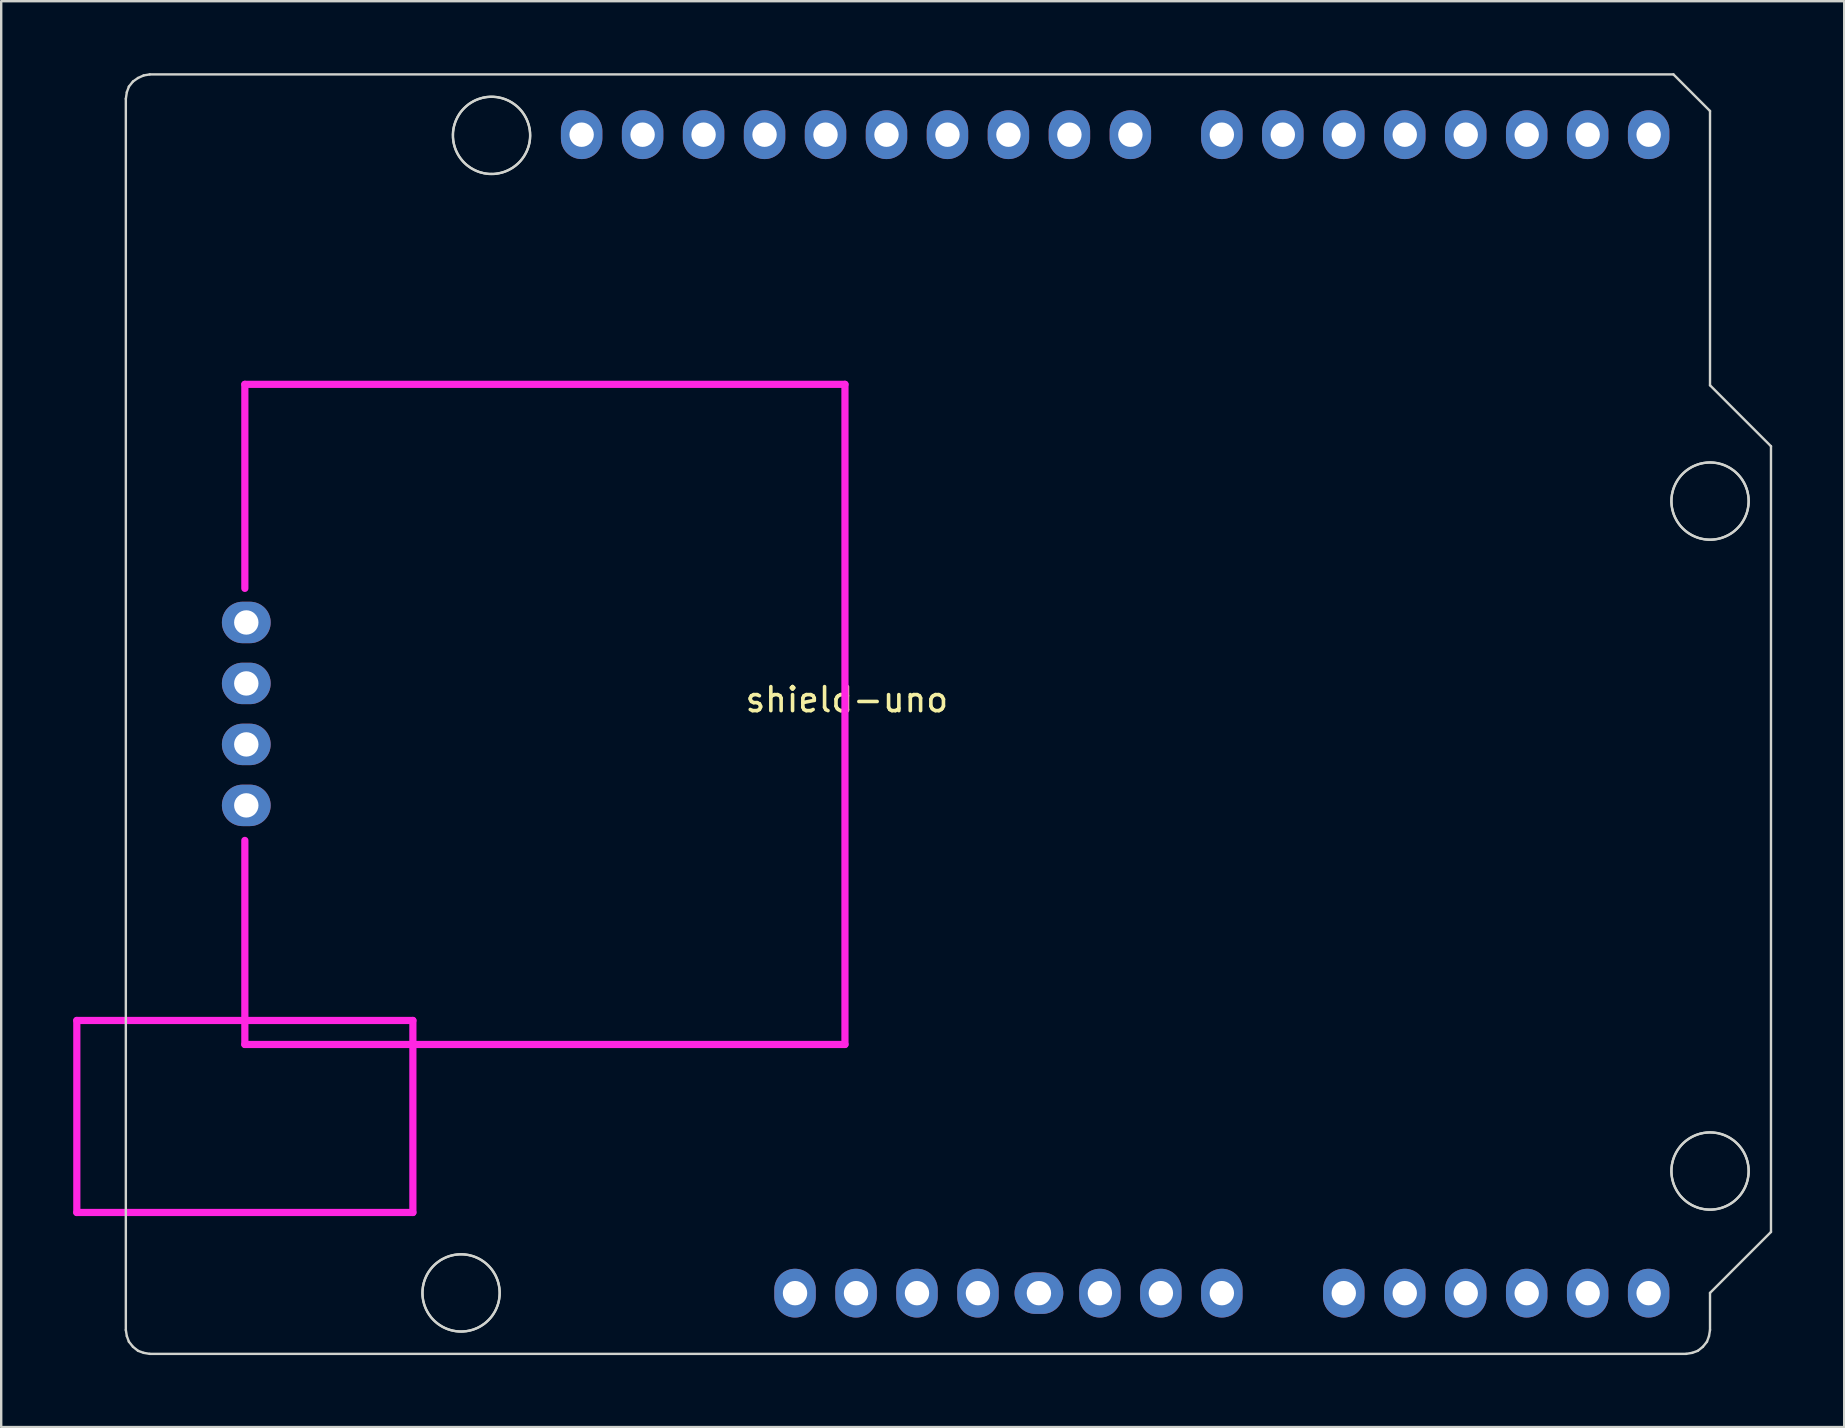
<source format=kicad_pcb>
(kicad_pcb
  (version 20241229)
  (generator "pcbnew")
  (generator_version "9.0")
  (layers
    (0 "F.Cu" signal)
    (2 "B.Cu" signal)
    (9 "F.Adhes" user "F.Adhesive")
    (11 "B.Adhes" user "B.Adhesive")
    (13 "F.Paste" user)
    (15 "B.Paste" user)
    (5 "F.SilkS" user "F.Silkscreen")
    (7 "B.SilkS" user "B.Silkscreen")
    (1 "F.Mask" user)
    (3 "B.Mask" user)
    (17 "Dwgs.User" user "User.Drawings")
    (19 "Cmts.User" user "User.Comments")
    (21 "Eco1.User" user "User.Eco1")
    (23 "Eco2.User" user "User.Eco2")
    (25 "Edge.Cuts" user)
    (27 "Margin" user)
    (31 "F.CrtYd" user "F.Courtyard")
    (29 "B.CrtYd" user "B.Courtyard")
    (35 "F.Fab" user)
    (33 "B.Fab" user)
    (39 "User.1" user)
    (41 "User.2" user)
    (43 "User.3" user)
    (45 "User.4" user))
  (footprint "shield-uno"
    (layer "F.Cu")
    (at 35.15 27.961)
    (property "Reference" "shield-uno" (at -2.921 -1.862 0) (layer "F.SilkS") (effects (font (size 1 1) (thickness 0.15))))
    (attr through_hole)
    (fp_line (start -32.958 -26.895) (end -32.916 -27.17) (stroke (width 0.1) (type solid)) (layer "Edge.Cuts"))
    (fp_line (start -32.958 24.395) (end -32.958 -26.895) (stroke (width 0.1) (type solid)) (layer "Edge.Cuts"))
    (fp_line (start -32.916 -27.17) (end -32.831 -27.403) (stroke (width 0.1) (type solid)) (layer "Edge.Cuts"))
    (fp_line (start -32.916 24.649) (end -32.958 24.395) (stroke (width 0.1) (type solid)) (layer "Edge.Cuts"))
    (fp_line (start -32.831 -27.403) (end -32.662 -27.614) (stroke (width 0.1) (type solid)) (layer "Edge.Cuts"))
    (fp_line (start -32.831 24.881) (end -32.916 24.649) (stroke (width 0.1) (type solid)) (layer "Edge.Cuts"))
    (fp_line (start -32.662 -27.614) (end -32.45 -27.763) (stroke (width 0.1) (type solid)) (layer "Edge.Cuts"))
    (fp_line (start -32.662 25.093) (end -32.831 24.881) (stroke (width 0.1) (type solid)) (layer "Edge.Cuts"))
    (fp_line (start -32.45 -27.763) (end -32.217 -27.868) (stroke (width 0.1) (type solid)) (layer "Edge.Cuts"))
    (fp_line (start -32.45 25.262) (end -32.662 25.093) (stroke (width 0.1) (type solid)) (layer "Edge.Cuts"))
    (fp_line (start -32.217 -27.868) (end -31.964 -27.911) (stroke (width 0.1) (type solid)) (layer "Edge.Cuts"))
    (fp_line (start -32.217 25.347) (end -32.45 25.262) (stroke (width 0.1) (type solid)) (layer "Edge.Cuts"))
    (fp_line (start -31.964 -27.911) (end 31.514 -27.911) (stroke (width 0.1) (type solid)) (layer "Edge.Cuts"))
    (fp_line (start -31.964 25.389) (end -32.217 25.347) (stroke (width 0.1) (type solid)) (layer "Edge.Cuts"))
    (fp_line (start -20.601 22.869) (end -20.599 22.924) (stroke (width 0.1) (type solid)) (layer "Edge.Cuts"))
    (fp_line (start -20.601 22.813) (end -20.601 22.869) (stroke (width 0.1) (type solid)) (layer "Edge.Cuts"))
    (fp_line (start -20.599 22.924) (end -20.596 22.98) (stroke (width 0.1) (type solid)) (layer "Edge.Cuts"))
    (fp_line (start -20.598 22.757) (end -20.601 22.813) (stroke (width 0.1) (type solid)) (layer "Edge.Cuts"))
    (fp_line (start -20.596 22.98) (end -20.59 23.036) (stroke (width 0.1) (type solid)) (layer "Edge.Cuts"))
    (fp_line (start -20.594 22.702) (end -20.598 22.757) (stroke (width 0.1) (type solid)) (layer "Edge.Cuts"))
    (fp_line (start -20.59 23.036) (end -20.583 23.091) (stroke (width 0.1) (type solid)) (layer "Edge.Cuts"))
    (fp_line (start -20.588 22.646) (end -20.594 22.702) (stroke (width 0.1) (type solid)) (layer "Edge.Cuts"))
    (fp_line (start -20.583 23.091) (end -20.574 23.146) (stroke (width 0.1) (type solid)) (layer "Edge.Cuts"))
    (fp_line (start -20.58 22.591) (end -20.588 22.646) (stroke (width 0.1) (type solid)) (layer "Edge.Cuts"))
    (fp_line (start -20.574 23.146) (end -20.563 23.2) (stroke (width 0.1) (type solid)) (layer "Edge.Cuts"))
    (fp_line (start -20.57 22.536) (end -20.58 22.591) (stroke (width 0.1) (type solid)) (layer "Edge.Cuts"))
    (fp_line (start -20.563 23.2) (end -20.549 23.254) (stroke (width 0.1) (type solid)) (layer "Edge.Cuts"))
    (fp_line (start -20.558 22.482) (end -20.57 22.536) (stroke (width 0.1) (type solid)) (layer "Edge.Cuts"))
    (fp_line (start -20.549 23.254) (end -20.535 23.308) (stroke (width 0.1) (type solid)) (layer "Edge.Cuts"))
    (fp_line (start -20.545 22.428) (end -20.558 22.482) (stroke (width 0.1) (type solid)) (layer "Edge.Cuts"))
    (fp_line (start -20.535 23.308) (end -20.518 23.361) (stroke (width 0.1) (type solid)) (layer "Edge.Cuts"))
    (fp_line (start -20.529 22.375) (end -20.545 22.428) (stroke (width 0.1) (type solid)) (layer "Edge.Cuts"))
    (fp_line (start -20.518 23.361) (end -20.499 23.414) (stroke (width 0.1) (type solid)) (layer "Edge.Cuts"))
    (fp_line (start -20.512 22.322) (end -20.529 22.375) (stroke (width 0.1) (type solid)) (layer "Edge.Cuts"))
    (fp_line (start -20.499 23.414) (end -20.479 23.466) (stroke (width 0.1) (type solid)) (layer "Edge.Cuts"))
    (fp_line (start -20.493 22.269) (end -20.512 22.322) (stroke (width 0.1) (type solid)) (layer "Edge.Cuts"))
    (fp_line (start -20.479 23.466) (end -20.456 23.517) (stroke (width 0.1) (type solid)) (layer "Edge.Cuts"))
    (fp_line (start -20.471 22.218) (end -20.493 22.269) (stroke (width 0.1) (type solid)) (layer "Edge.Cuts"))
    (fp_line (start -20.456 23.517) (end -20.433 23.567) (stroke (width 0.1) (type solid)) (layer "Edge.Cuts"))
    (fp_line (start -20.449 22.167) (end -20.471 22.218) (stroke (width 0.1) (type solid)) (layer "Edge.Cuts"))
    (fp_line (start -20.433 23.567) (end -20.407 23.616) (stroke (width 0.1) (type solid)) (layer "Edge.Cuts"))
    (fp_line (start -20.424 22.117) (end -20.449 22.167) (stroke (width 0.1) (type solid)) (layer "Edge.Cuts"))
    (fp_line (start -20.407 23.616) (end -20.379 23.665) (stroke (width 0.1) (type solid)) (layer "Edge.Cuts"))
    (fp_line (start -20.398 22.068) (end -20.424 22.117) (stroke (width 0.1) (type solid)) (layer "Edge.Cuts"))
    (fp_line (start -20.379 23.665) (end -20.35 23.712) (stroke (width 0.1) (type solid)) (layer "Edge.Cuts"))
    (fp_line (start -20.37 22.019) (end -20.398 22.068) (stroke (width 0.1) (type solid)) (layer "Edge.Cuts"))
    (fp_line (start -20.35 23.712) (end -20.32 23.759) (stroke (width 0.1) (type solid)) (layer "Edge.Cuts"))
    (fp_line (start -20.34 21.972) (end -20.37 22.019) (stroke (width 0.1) (type solid)) (layer "Edge.Cuts"))
    (fp_line (start -20.32 23.759) (end -20.287 23.804) (stroke (width 0.1) (type solid)) (layer "Edge.Cuts"))
    (fp_line (start -20.309 21.926) (end -20.34 21.972) (stroke (width 0.1) (type solid)) (layer "Edge.Cuts"))
    (fp_line (start -20.287 23.804) (end -20.254 23.849) (stroke (width 0.1) (type solid)) (layer "Edge.Cuts"))
    (fp_line (start -20.276 21.881) (end -20.309 21.926) (stroke (width 0.1) (type solid)) (layer "Edge.Cuts"))
    (fp_line (start -20.254 23.849) (end -20.218 23.892) (stroke (width 0.1) (type solid)) (layer "Edge.Cuts"))
    (fp_line (start -20.242 21.837) (end -20.276 21.881) (stroke (width 0.1) (type solid)) (layer "Edge.Cuts"))
    (fp_line (start -20.218 23.892) (end -20.181 23.934) (stroke (width 0.1) (type solid)) (layer "Edge.Cuts"))
    (fp_line (start -20.206 21.795) (end -20.242 21.837) (stroke (width 0.1) (type solid)) (layer "Edge.Cuts"))
    (fp_line (start -20.181 23.934) (end -20.143 23.974) (stroke (width 0.1) (type solid)) (layer "Edge.Cuts"))
    (fp_line (start -20.169 21.753) (end -20.206 21.795) (stroke (width 0.1) (type solid)) (layer "Edge.Cuts"))
    (fp_line (start -20.143 23.974) (end -20.104 24.013) (stroke (width 0.1) (type solid)) (layer "Edge.Cuts"))
    (fp_line (start -20.13 21.713) (end -20.169 21.753) (stroke (width 0.1) (type solid)) (layer "Edge.Cuts"))
    (fp_line (start -20.104 24.013) (end -20.063 24.051) (stroke (width 0.1) (type solid)) (layer "Edge.Cuts"))
    (fp_line (start -20.09 21.674) (end -20.13 21.713) (stroke (width 0.1) (type solid)) (layer "Edge.Cuts"))
    (fp_line (start -20.063 24.051) (end -20.02 24.087) (stroke (width 0.1) (type solid)) (layer "Edge.Cuts"))
    (fp_line (start -20.049 21.637) (end -20.09 21.674) (stroke (width 0.1) (type solid)) (layer "Edge.Cuts"))
    (fp_line (start -20.02 24.087) (end -19.977 24.122) (stroke (width 0.1) (type solid)) (layer "Edge.Cuts"))
    (fp_line (start -20.006 21.601) (end -20.049 21.637) (stroke (width 0.1) (type solid)) (layer "Edge.Cuts"))
    (fp_line (start -19.977 24.122) (end -19.932 24.156) (stroke (width 0.1) (type solid)) (layer "Edge.Cuts"))
    (fp_line (start -19.962 21.567) (end -20.006 21.601) (stroke (width 0.1) (type solid)) (layer "Edge.Cuts"))
    (fp_line (start -19.932 24.156) (end -19.886 24.187) (stroke (width 0.1) (type solid)) (layer "Edge.Cuts"))
    (fp_line (start -19.917 21.534) (end -19.962 21.567) (stroke (width 0.1) (type solid)) (layer "Edge.Cuts"))
    (fp_line (start -19.886 24.187) (end -19.84 24.217) (stroke (width 0.1) (type solid)) (layer "Edge.Cuts"))
    (fp_line (start -19.871 21.503) (end -19.917 21.534) (stroke (width 0.1) (type solid)) (layer "Edge.Cuts"))
    (fp_line (start -19.84 24.217) (end -19.792 24.246) (stroke (width 0.1) (type solid)) (layer "Edge.Cuts"))
    (fp_line (start -19.824 21.473) (end -19.871 21.503) (stroke (width 0.1) (type solid)) (layer "Edge.Cuts"))
    (fp_line (start -19.792 24.246) (end -19.743 24.273) (stroke (width 0.1) (type solid)) (layer "Edge.Cuts"))
    (fp_line (start -19.776 21.445) (end -19.824 21.473) (stroke (width 0.1) (type solid)) (layer "Edge.Cuts"))
    (fp_line (start -19.743 24.273) (end -19.693 24.298) (stroke (width 0.1) (type solid)) (layer "Edge.Cuts"))
    (fp_line (start -19.726 21.419) (end -19.776 21.445) (stroke (width 0.1) (type solid)) (layer "Edge.Cuts"))
    (fp_line (start -19.693 24.298) (end -19.643 24.321) (stroke (width 0.1) (type solid)) (layer "Edge.Cuts"))
    (fp_line (start -19.676 21.395) (end -19.726 21.419) (stroke (width 0.1) (type solid)) (layer "Edge.Cuts"))
    (fp_line (start -19.643 24.321) (end -19.591 24.343) (stroke (width 0.1) (type solid)) (layer "Edge.Cuts"))
    (fp_line (start -19.626 21.372) (end -19.676 21.395) (stroke (width 0.1) (type solid)) (layer "Edge.Cuts"))
    (fp_line (start -19.591 24.343) (end -19.539 24.363) (stroke (width 0.1) (type solid)) (layer "Edge.Cuts"))
    (fp_line (start -19.574 21.351) (end -19.626 21.372) (stroke (width 0.1) (type solid)) (layer "Edge.Cuts"))
    (fp_line (start -19.539 24.363) (end -19.486 24.381) (stroke (width 0.1) (type solid)) (layer "Edge.Cuts"))
    (fp_line (start -19.522 21.331) (end -19.574 21.351) (stroke (width 0.1) (type solid)) (layer "Edge.Cuts"))
    (fp_line (start -19.486 24.381) (end -19.433 24.397) (stroke (width 0.1) (type solid)) (layer "Edge.Cuts"))
    (fp_line (start -19.469 21.314) (end -19.522 21.331) (stroke (width 0.1) (type solid)) (layer "Edge.Cuts"))
    (fp_line (start -19.433 24.397) (end -19.379 24.411) (stroke (width 0.1) (type solid)) (layer "Edge.Cuts"))
    (fp_line (start -19.415 21.299) (end -19.469 21.314) (stroke (width 0.1) (type solid)) (layer "Edge.Cuts"))
    (fp_line (start -19.379 24.411) (end -19.325 24.424) (stroke (width 0.1) (type solid)) (layer "Edge.Cuts"))
    (fp_line (start -19.361 21.285) (end -19.415 21.299) (stroke (width 0.1) (type solid)) (layer "Edge.Cuts"))
    (fp_line (start -19.331 -25.353) (end -19.33 -25.297) (stroke (width 0.1) (type solid)) (layer "Edge.Cuts"))
    (fp_line (start -19.331 -25.409) (end -19.331 -25.353) (stroke (width 0.1) (type solid)) (layer "Edge.Cuts"))
    (fp_line (start -19.33 -25.297) (end -19.326 -25.242) (stroke (width 0.1) (type solid)) (layer "Edge.Cuts"))
    (fp_line (start -19.329 -25.464) (end -19.331 -25.409) (stroke (width 0.1) (type solid)) (layer "Edge.Cuts"))
    (fp_line (start -19.326 -25.242) (end -19.321 -25.186) (stroke (width 0.1) (type solid)) (layer "Edge.Cuts"))
    (fp_line (start -19.325 24.424) (end -19.27 24.434) (stroke (width 0.1) (type solid)) (layer "Edge.Cuts"))
    (fp_line (start -19.325 -25.52) (end -19.329 -25.464) (stroke (width 0.1) (type solid)) (layer "Edge.Cuts"))
    (fp_line (start -19.321 -25.186) (end -19.313 -25.131) (stroke (width 0.1) (type solid)) (layer "Edge.Cuts"))
    (fp_line (start -19.319 -25.575) (end -19.325 -25.52) (stroke (width 0.1) (type solid)) (layer "Edge.Cuts"))
    (fp_line (start -19.313 -25.131) (end -19.304 -25.076) (stroke (width 0.1) (type solid)) (layer "Edge.Cuts"))
    (fp_line (start -19.311 -25.63) (end -19.319 -25.575) (stroke (width 0.1) (type solid)) (layer "Edge.Cuts"))
    (fp_line (start -19.307 21.273) (end -19.361 21.285) (stroke (width 0.1) (type solid)) (layer "Edge.Cuts"))
    (fp_line (start -19.304 -25.076) (end -19.293 -25.022) (stroke (width 0.1) (type solid)) (layer "Edge.Cuts"))
    (fp_line (start -19.301 -25.685) (end -19.311 -25.63) (stroke (width 0.1) (type solid)) (layer "Edge.Cuts"))
    (fp_line (start -19.293 -25.022) (end -19.28 -24.967) (stroke (width 0.1) (type solid)) (layer "Edge.Cuts"))
    (fp_line (start -19.289 -25.74) (end -19.301 -25.685) (stroke (width 0.1) (type solid)) (layer "Edge.Cuts"))
    (fp_line (start -19.28 -24.967) (end -19.265 -24.914) (stroke (width 0.1) (type solid)) (layer "Edge.Cuts"))
    (fp_line (start -19.275 -25.794) (end -19.289 -25.74) (stroke (width 0.1) (type solid)) (layer "Edge.Cuts"))
    (fp_line (start -19.27 24.434) (end -19.215 24.443) (stroke (width 0.1) (type solid)) (layer "Edge.Cuts"))
    (fp_line (start -19.265 -24.914) (end -19.248 -24.861) (stroke (width 0.1) (type solid)) (layer "Edge.Cuts"))
    (fp_line (start -19.26 -25.847) (end -19.275 -25.794) (stroke (width 0.1) (type solid)) (layer "Edge.Cuts"))
    (fp_line (start -19.252 21.263) (end -19.307 21.273) (stroke (width 0.1) (type solid)) (layer "Edge.Cuts"))
    (fp_line (start -19.248 -24.861) (end -19.23 -24.808) (stroke (width 0.1) (type solid)) (layer "Edge.Cuts"))
    (fp_line (start -19.242 -25.9) (end -19.26 -25.847) (stroke (width 0.1) (type solid)) (layer "Edge.Cuts"))
    (fp_line (start -19.23 -24.808) (end -19.209 -24.756) (stroke (width 0.1) (type solid)) (layer "Edge.Cuts"))
    (fp_line (start -19.223 -25.953) (end -19.242 -25.9) (stroke (width 0.1) (type solid)) (layer "Edge.Cuts"))
    (fp_line (start -19.215 24.443) (end -19.16 24.45) (stroke (width 0.1) (type solid)) (layer "Edge.Cuts"))
    (fp_line (start -19.209 -24.756) (end -19.187 -24.705) (stroke (width 0.1) (type solid)) (layer "Edge.Cuts"))
    (fp_line (start -19.202 -26.004) (end -19.223 -25.953) (stroke (width 0.1) (type solid)) (layer "Edge.Cuts"))
    (fp_line (start -19.197 21.255) (end -19.252 21.263) (stroke (width 0.1) (type solid)) (layer "Edge.Cuts"))
    (fp_line (start -19.187 -24.705) (end -19.163 -24.655) (stroke (width 0.1) (type solid)) (layer "Edge.Cuts"))
    (fp_line (start -19.179 -26.055) (end -19.202 -26.004) (stroke (width 0.1) (type solid)) (layer "Edge.Cuts"))
    (fp_line (start -19.163 -24.655) (end -19.137 -24.605) (stroke (width 0.1) (type solid)) (layer "Edge.Cuts"))
    (fp_line (start -19.16 24.45) (end -19.104 24.454) (stroke (width 0.1) (type solid)) (layer "Edge.Cuts"))
    (fp_line (start -19.155 -26.105) (end -19.179 -26.055) (stroke (width 0.1) (type solid)) (layer "Edge.Cuts"))
    (fp_line (start -19.141 21.249) (end -19.197 21.255) (stroke (width 0.1) (type solid)) (layer "Edge.Cuts"))
    (fp_line (start -19.137 -24.605) (end -19.11 -24.557) (stroke (width 0.1) (type solid)) (layer "Edge.Cuts"))
    (fp_line (start -19.128 -26.154) (end -19.155 -26.105) (stroke (width 0.1) (type solid)) (layer "Edge.Cuts"))
    (fp_line (start -19.11 -24.557) (end -19.081 -24.509) (stroke (width 0.1) (type solid)) (layer "Edge.Cuts"))
    (fp_line (start -19.104 24.454) (end -19.049 24.457) (stroke (width 0.1) (type solid)) (layer "Edge.Cuts"))
    (fp_line (start -19.1 -26.202) (end -19.128 -26.154) (stroke (width 0.1) (type solid)) (layer "Edge.Cuts"))
    (fp_line (start -19.086 21.245) (end -19.141 21.249) (stroke (width 0.1) (type solid)) (layer "Edge.Cuts"))
    (fp_line (start -19.081 -24.509) (end -19.05 -24.463) (stroke (width 0.1) (type solid)) (layer "Edge.Cuts"))
    (fp_line (start -19.071 -26.25) (end -19.1 -26.202) (stroke (width 0.1) (type solid)) (layer "Edge.Cuts"))
    (fp_line (start -19.05 -24.463) (end -19.018 -24.417) (stroke (width 0.1) (type solid)) (layer "Edge.Cuts"))
    (fp_line (start -19.049 24.457) (end -18.993 24.458) (stroke (width 0.1) (type solid)) (layer "Edge.Cuts"))
    (fp_line (start -19.04 -26.296) (end -19.071 -26.25) (stroke (width 0.1) (type solid)) (layer "Edge.Cuts"))
    (fp_line (start -19.03 21.243) (end -19.086 21.245) (stroke (width 0.1) (type solid)) (layer "Edge.Cuts"))
    (fp_line (start -19.018 -24.417) (end -18.984 -24.373) (stroke (width 0.1) (type solid)) (layer "Edge.Cuts"))
    (fp_line (start -19.007 -26.341) (end -19.04 -26.296) (stroke (width 0.1) (type solid)) (layer "Edge.Cuts"))
    (fp_line (start -18.993 24.458) (end -18.937 24.457) (stroke (width 0.1) (type solid)) (layer "Edge.Cuts"))
    (fp_line (start -18.984 -24.373) (end -18.949 -24.33) (stroke (width 0.1) (type solid)) (layer "Edge.Cuts"))
    (fp_line (start -18.974 21.242) (end -19.03 21.243) (stroke (width 0.1) (type solid)) (layer "Edge.Cuts"))
    (fp_line (start -18.972 -26.385) (end -19.007 -26.341) (stroke (width 0.1) (type solid)) (layer "Edge.Cuts"))
    (fp_line (start -18.949 -24.33) (end -18.912 -24.288) (stroke (width 0.1) (type solid)) (layer "Edge.Cuts"))
    (fp_line (start -18.937 24.457) (end -18.881 24.454) (stroke (width 0.1) (type solid)) (layer "Edge.Cuts"))
    (fp_line (start -18.937 -26.427) (end -18.972 -26.385) (stroke (width 0.1) (type solid)) (layer "Edge.Cuts"))
    (fp_line (start -18.919 21.244) (end -18.974 21.242) (stroke (width 0.1) (type solid)) (layer "Edge.Cuts"))
    (fp_line (start -18.912 -24.288) (end -18.874 -24.248) (stroke (width 0.1) (type solid)) (layer "Edge.Cuts"))
    (fp_line (start -18.899 -26.469) (end -18.937 -26.427) (stroke (width 0.1) (type solid)) (layer "Edge.Cuts"))
    (fp_line (start -18.881 24.454) (end -18.825 24.449) (stroke (width 0.1) (type solid)) (layer "Edge.Cuts"))
    (fp_line (start -18.874 -24.248) (end -18.834 -24.209) (stroke (width 0.1) (type solid)) (layer "Edge.Cuts"))
    (fp_line (start -18.863 21.247) (end -18.919 21.244) (stroke (width 0.1) (type solid)) (layer "Edge.Cuts"))
    (fp_line (start -18.861 -26.509) (end -18.899 -26.469) (stroke (width 0.1) (type solid)) (layer "Edge.Cuts"))
    (fp_line (start -18.834 -24.209) (end -18.793 -24.171) (stroke (width 0.1) (type solid)) (layer "Edge.Cuts"))
    (fp_line (start -18.825 24.449) (end -18.769 24.443) (stroke (width 0.1) (type solid)) (layer "Edge.Cuts"))
    (fp_line (start -18.82 -26.547) (end -18.861 -26.509) (stroke (width 0.1) (type solid)) (layer "Edge.Cuts"))
    (fp_line (start -18.808 21.253) (end -18.863 21.247) (stroke (width 0.1) (type solid)) (layer "Edge.Cuts"))
    (fp_line (start -18.793 -24.171) (end -18.751 -24.134) (stroke (width 0.1) (type solid)) (layer "Edge.Cuts"))
    (fp_line (start -18.779 -26.585) (end -18.82 -26.547) (stroke (width 0.1) (type solid)) (layer "Edge.Cuts"))
    (fp_line (start -18.769 24.443) (end -18.714 24.434) (stroke (width 0.1) (type solid)) (layer "Edge.Cuts"))
    (fp_line (start -18.752 21.26) (end -18.808 21.253) (stroke (width 0.1) (type solid)) (layer "Edge.Cuts"))
    (fp_line (start -18.751 -24.134) (end -18.707 -24.1) (stroke (width 0.1) (type solid)) (layer "Edge.Cuts"))
    (fp_line (start -18.736 -26.621) (end -18.779 -26.585) (stroke (width 0.1) (type solid)) (layer "Edge.Cuts"))
    (fp_line (start -18.714 24.434) (end -18.659 24.423) (stroke (width 0.1) (type solid)) (layer "Edge.Cuts"))
    (fp_line (start -18.707 -24.1) (end -18.663 -24.066) (stroke (width 0.1) (type solid)) (layer "Edge.Cuts"))
    (fp_line (start -18.698 21.269) (end -18.752 21.26) (stroke (width 0.1) (type solid)) (layer "Edge.Cuts"))
    (fp_line (start -18.693 -26.655) (end -18.736 -26.621) (stroke (width 0.1) (type solid)) (layer "Edge.Cuts"))
    (fp_line (start -18.663 -24.066) (end -18.617 -24.035) (stroke (width 0.1) (type solid)) (layer "Edge.Cuts"))
    (fp_line (start -18.659 24.423) (end -18.604 24.411) (stroke (width 0.1) (type solid)) (layer "Edge.Cuts"))
    (fp_line (start -18.648 -26.688) (end -18.693 -26.655) (stroke (width 0.1) (type solid)) (layer "Edge.Cuts"))
    (fp_line (start -18.643 21.281) (end -18.698 21.269) (stroke (width 0.1) (type solid)) (layer "Edge.Cuts"))
    (fp_line (start -18.617 -24.035) (end -18.57 -24.004) (stroke (width 0.1) (type solid)) (layer "Edge.Cuts"))
    (fp_line (start -18.604 24.411) (end -18.55 24.396) (stroke (width 0.1) (type solid)) (layer "Edge.Cuts"))
    (fp_line (start -18.601 -26.719) (end -18.648 -26.688) (stroke (width 0.1) (type solid)) (layer "Edge.Cuts"))
    (fp_line (start -18.589 21.294) (end -18.643 21.281) (stroke (width 0.1) (type solid)) (layer "Edge.Cuts"))
    (fp_line (start -18.57 -24.004) (end -18.522 -23.976) (stroke (width 0.1) (type solid)) (layer "Edge.Cuts"))
    (fp_line (start -18.554 -26.749) (end -18.601 -26.719) (stroke (width 0.1) (type solid)) (layer "Edge.Cuts"))
    (fp_line (start -18.55 24.396) (end -18.496 24.38) (stroke (width 0.1) (type solid)) (layer "Edge.Cuts"))
    (fp_line (start -18.535 21.309) (end -18.589 21.294) (stroke (width 0.1) (type solid)) (layer "Edge.Cuts"))
    (fp_line (start -18.522 -23.976) (end -18.473 -23.949) (stroke (width 0.1) (type solid)) (layer "Edge.Cuts"))
    (fp_line (start -18.506 -26.776) (end -18.554 -26.749) (stroke (width 0.1) (type solid)) (layer "Edge.Cuts"))
    (fp_line (start -18.496 24.38) (end -18.443 24.361) (stroke (width 0.1) (type solid)) (layer "Edge.Cuts"))
    (fp_line (start -18.482 21.325) (end -18.535 21.309) (stroke (width 0.1) (type solid)) (layer "Edge.Cuts"))
    (fp_line (start -18.473 -23.949) (end -18.424 -23.924) (stroke (width 0.1) (type solid)) (layer "Edge.Cuts"))
    (fp_line (start -18.457 -26.803) (end -18.506 -26.776) (stroke (width 0.1) (type solid)) (layer "Edge.Cuts"))
    (fp_line (start -18.443 24.361) (end -18.391 24.341) (stroke (width 0.1) (type solid)) (layer "Edge.Cuts"))
    (fp_line (start -18.429 21.344) (end -18.482 21.325) (stroke (width 0.1) (type solid)) (layer "Edge.Cuts"))
    (fp_line (start -18.424 -23.924) (end -18.373 -23.901) (stroke (width 0.1) (type solid)) (layer "Edge.Cuts"))
    (fp_line (start -18.407 -26.827) (end -18.457 -26.803) (stroke (width 0.1) (type solid)) (layer "Edge.Cuts"))
    (fp_line (start -18.391 24.341) (end -18.339 24.319) (stroke (width 0.1) (type solid)) (layer "Edge.Cuts"))
    (fp_line (start -18.378 21.365) (end -18.429 21.344) (stroke (width 0.1) (type solid)) (layer "Edge.Cuts"))
    (fp_line (start -18.373 -23.901) (end -18.322 -23.879) (stroke (width 0.1) (type solid)) (layer "Edge.Cuts"))
    (fp_line (start -18.356 -26.85) (end -18.407 -26.827) (stroke (width 0.1) (type solid)) (layer "Edge.Cuts"))
    (fp_line (start -18.339 24.319) (end -18.288 24.296) (stroke (width 0.1) (type solid)) (layer "Edge.Cuts"))
    (fp_line (start -18.327 21.387) (end -18.378 21.365) (stroke (width 0.1) (type solid)) (layer "Edge.Cuts"))
    (fp_line (start -18.322 -23.879) (end -18.27 -23.859) (stroke (width 0.1) (type solid)) (layer "Edge.Cuts"))
    (fp_line (start -18.304 -26.871) (end -18.356 -26.85) (stroke (width 0.1) (type solid)) (layer "Edge.Cuts"))
    (fp_line (start -18.288 24.296) (end -18.238 24.27) (stroke (width 0.1) (type solid)) (layer "Edge.Cuts"))
    (fp_line (start -18.276 21.411) (end -18.327 21.387) (stroke (width 0.1) (type solid)) (layer "Edge.Cuts"))
    (fp_line (start -18.27 -23.859) (end -18.217 -23.841) (stroke (width 0.1) (type solid)) (layer "Edge.Cuts"))
    (fp_line (start -18.252 -26.89) (end -18.304 -26.871) (stroke (width 0.1) (type solid)) (layer "Edge.Cuts"))
    (fp_line (start -18.238 24.27) (end -18.189 24.243) (stroke (width 0.1) (type solid)) (layer "Edge.Cuts"))
    (fp_line (start -18.227 21.436) (end -18.276 21.411) (stroke (width 0.1) (type solid)) (layer "Edge.Cuts"))
    (fp_line (start -18.217 -23.841) (end -18.164 -23.825) (stroke (width 0.1) (type solid)) (layer "Edge.Cuts"))
    (fp_line (start -18.199 -26.908) (end -18.252 -26.89) (stroke (width 0.1) (type solid)) (layer "Edge.Cuts"))
    (fp_line (start -18.189 24.243) (end -18.141 24.214) (stroke (width 0.1) (type solid)) (layer "Edge.Cuts"))
    (fp_line (start -18.178 21.464) (end -18.227 21.436) (stroke (width 0.1) (type solid)) (layer "Edge.Cuts"))
    (fp_line (start -18.164 -23.825) (end -18.11 -23.811) (stroke (width 0.1) (type solid)) (layer "Edge.Cuts"))
    (fp_line (start -18.146 -26.923) (end -18.199 -26.908) (stroke (width 0.1) (type solid)) (layer "Edge.Cuts"))
    (fp_line (start -18.141 24.214) (end -18.094 24.183) (stroke (width 0.1) (type solid)) (layer "Edge.Cuts"))
    (fp_line (start -18.131 21.493) (end -18.178 21.464) (stroke (width 0.1) (type solid)) (layer "Edge.Cuts"))
    (fp_line (start -18.11 -23.811) (end -18.055 -23.798) (stroke (width 0.1) (type solid)) (layer "Edge.Cuts"))
    (fp_line (start -18.094 24.183) (end -18.048 24.151) (stroke (width 0.1) (type solid)) (layer "Edge.Cuts"))
    (fp_line (start -18.092 -26.937) (end -18.146 -26.923) (stroke (width 0.1) (type solid)) (layer "Edge.Cuts"))
    (fp_line (start -18.084 21.524) (end -18.131 21.493) (stroke (width 0.1) (type solid)) (layer "Edge.Cuts"))
    (fp_line (start -18.055 -23.798) (end -18.001 -23.788) (stroke (width 0.1) (type solid)) (layer "Edge.Cuts"))
    (fp_line (start -18.048 24.151) (end -18.003 24.117) (stroke (width 0.1) (type solid)) (layer "Edge.Cuts"))
    (fp_line (start -18.039 21.556) (end -18.084 21.524) (stroke (width 0.1) (type solid)) (layer "Edge.Cuts"))
    (fp_line (start -18.037 -26.949) (end -18.092 -26.937) (stroke (width 0.1) (type solid)) (layer "Edge.Cuts"))
    (fp_line (start -18.003 24.117) (end -17.959 24.082) (stroke (width 0.1) (type solid)) (layer "Edge.Cuts"))
    (fp_line (start -18.001 -23.788) (end -17.946 -23.779) (stroke (width 0.1) (type solid)) (layer "Edge.Cuts"))
    (fp_line (start -17.995 21.59) (end -18.039 21.556) (stroke (width 0.1) (type solid)) (layer "Edge.Cuts"))
    (fp_line (start -17.982 -26.959) (end -18.037 -26.949) (stroke (width 0.1) (type solid)) (layer "Edge.Cuts"))
    (fp_line (start -17.959 24.082) (end -17.917 24.045) (stroke (width 0.1) (type solid)) (layer "Edge.Cuts"))
    (fp_line (start -17.951 21.625) (end -17.995 21.59) (stroke (width 0.1) (type solid)) (layer "Edge.Cuts"))
    (fp_line (start -17.946 -23.779) (end -17.89 -23.772) (stroke (width 0.1) (type solid)) (layer "Edge.Cuts"))
    (fp_line (start -17.927 -26.967) (end -17.982 -26.959) (stroke (width 0.1) (type solid)) (layer "Edge.Cuts"))
    (fp_line (start -17.917 24.045) (end -17.876 24.007) (stroke (width 0.1) (type solid)) (layer "Edge.Cuts"))
    (fp_line (start -17.91 21.662) (end -17.951 21.625) (stroke (width 0.1) (type solid)) (layer "Edge.Cuts"))
    (fp_line (start -17.89 -23.772) (end -17.835 -23.767) (stroke (width 0.1) (type solid)) (layer "Edge.Cuts"))
    (fp_line (start -17.876 24.007) (end -17.836 23.967) (stroke (width 0.1) (type solid)) (layer "Edge.Cuts"))
    (fp_line (start -17.872 -26.973) (end -17.927 -26.967) (stroke (width 0.1) (type solid)) (layer "Edge.Cuts"))
    (fp_line (start -17.869 21.7) (end -17.91 21.662) (stroke (width 0.1) (type solid)) (layer "Edge.Cuts"))
    (fp_line (start -17.836 23.967) (end -17.798 23.926) (stroke (width 0.1) (type solid)) (layer "Edge.Cuts"))
    (fp_line (start -17.835 -23.767) (end -17.779 -23.764) (stroke (width 0.1) (type solid)) (layer "Edge.Cuts"))
    (fp_line (start -17.83 21.74) (end -17.869 21.7) (stroke (width 0.1) (type solid)) (layer "Edge.Cuts"))
    (fp_line (start -17.816 -26.977) (end -17.872 -26.973) (stroke (width 0.1) (type solid)) (layer "Edge.Cuts"))
    (fp_line (start -17.798 23.926) (end -17.761 23.884) (stroke (width 0.1) (type solid)) (layer "Edge.Cuts"))
    (fp_line (start -17.792 21.781) (end -17.83 21.74) (stroke (width 0.1) (type solid)) (layer "Edge.Cuts"))
    (fp_line (start -17.779 -23.764) (end -17.723 -23.764) (stroke (width 0.1) (type solid)) (layer "Edge.Cuts"))
    (fp_line (start -17.761 23.884) (end -17.726 23.84) (stroke (width 0.1) (type solid)) (layer "Edge.Cuts"))
    (fp_line (start -17.761 -26.979) (end -17.816 -26.977) (stroke (width 0.1) (type solid)) (layer "Edge.Cuts"))
    (fp_line (start -17.756 21.823) (end -17.792 21.781) (stroke (width 0.1) (type solid)) (layer "Edge.Cuts"))
    (fp_line (start -17.726 23.84) (end -17.692 23.795) (stroke (width 0.1) (type solid)) (layer "Edge.Cuts"))
    (fp_line (start -17.723 -23.764) (end -17.667 -23.764) (stroke (width 0.1) (type solid)) (layer "Edge.Cuts"))
    (fp_line (start -17.721 21.866) (end -17.756 21.823) (stroke (width 0.1) (type solid)) (layer "Edge.Cuts"))
    (fp_line (start -17.705 -26.98) (end -17.761 -26.979) (stroke (width 0.1) (type solid)) (layer "Edge.Cuts"))
    (fp_line (start -17.692 23.795) (end -17.66 23.749) (stroke (width 0.1) (type solid)) (layer "Edge.Cuts"))
    (fp_line (start -17.688 21.911) (end -17.721 21.866) (stroke (width 0.1) (type solid)) (layer "Edge.Cuts"))
    (fp_line (start -17.667 -23.764) (end -17.611 -23.767) (stroke (width 0.1) (type solid)) (layer "Edge.Cuts"))
    (fp_line (start -17.66 23.749) (end -17.629 23.702) (stroke (width 0.1) (type solid)) (layer "Edge.Cuts"))
    (fp_line (start -17.656 21.957) (end -17.688 21.911) (stroke (width 0.1) (type solid)) (layer "Edge.Cuts"))
    (fp_line (start -17.649 -26.978) (end -17.705 -26.98) (stroke (width 0.1) (type solid)) (layer "Edge.Cuts"))
    (fp_line (start -17.629 23.702) (end -17.6 23.654) (stroke (width 0.1) (type solid)) (layer "Edge.Cuts"))
    (fp_line (start -17.626 22.004) (end -17.656 21.957) (stroke (width 0.1) (type solid)) (layer "Edge.Cuts"))
    (fp_line (start -17.611 -23.767) (end -17.555 -23.772) (stroke (width 0.1) (type solid)) (layer "Edge.Cuts"))
    (fp_line (start -17.6 23.654) (end -17.573 23.605) (stroke (width 0.1) (type solid)) (layer "Edge.Cuts"))
    (fp_line (start -17.597 22.052) (end -17.626 22.004) (stroke (width 0.1) (type solid)) (layer "Edge.Cuts"))
    (fp_line (start -17.594 -26.974) (end -17.649 -26.978) (stroke (width 0.1) (type solid)) (layer "Edge.Cuts"))
    (fp_line (start -17.573 23.605) (end -17.548 23.555) (stroke (width 0.1) (type solid)) (layer "Edge.Cuts"))
    (fp_line (start -17.57 22.1) (end -17.597 22.052) (stroke (width 0.1) (type solid)) (layer "Edge.Cuts"))
    (fp_line (start -17.555 -23.772) (end -17.5 -23.779) (stroke (width 0.1) (type solid)) (layer "Edge.Cuts"))
    (fp_line (start -17.548 23.555) (end -17.524 23.504) (stroke (width 0.1) (type solid)) (layer "Edge.Cuts"))
    (fp_line (start -17.545 22.15) (end -17.57 22.1) (stroke (width 0.1) (type solid)) (layer "Edge.Cuts"))
    (fp_line (start -17.538 -26.969) (end -17.594 -26.974) (stroke (width 0.1) (type solid)) (layer "Edge.Cuts"))
    (fp_line (start -17.524 23.504) (end -17.502 23.453) (stroke (width 0.1) (type solid)) (layer "Edge.Cuts"))
    (fp_line (start -17.522 22.201) (end -17.545 22.15) (stroke (width 0.1) (type solid)) (layer "Edge.Cuts"))
    (fp_line (start -17.502 23.453) (end -17.482 23.4) (stroke (width 0.1) (type solid)) (layer "Edge.Cuts"))
    (fp_line (start -17.5 22.252) (end -17.522 22.201) (stroke (width 0.1) (type solid)) (layer "Edge.Cuts"))
    (fp_line (start -17.5 -23.779) (end -17.444 -23.788) (stroke (width 0.1) (type solid)) (layer "Edge.Cuts"))
    (fp_line (start -17.483 -26.962) (end -17.538 -26.969) (stroke (width 0.1) (type solid)) (layer "Edge.Cuts"))
    (fp_line (start -17.482 23.4) (end -17.464 23.347) (stroke (width 0.1) (type solid)) (layer "Edge.Cuts"))
    (fp_line (start -17.48 22.304) (end -17.5 22.252) (stroke (width 0.1) (type solid)) (layer "Edge.Cuts"))
    (fp_line (start -17.464 23.347) (end -17.447 23.293) (stroke (width 0.1) (type solid)) (layer "Edge.Cuts"))
    (fp_line (start -17.462 22.357) (end -17.48 22.304) (stroke (width 0.1) (type solid)) (layer "Edge.Cuts"))
    (fp_line (start -17.447 23.293) (end -17.433 23.239) (stroke (width 0.1) (type solid)) (layer "Edge.Cuts"))
    (fp_line (start -17.446 22.41) (end -17.462 22.357) (stroke (width 0.1) (type solid)) (layer "Edge.Cuts"))
    (fp_line (start -17.444 -23.788) (end -17.389 -23.799) (stroke (width 0.1) (type solid)) (layer "Edge.Cuts"))
    (fp_line (start -17.433 23.239) (end -17.42 23.185) (stroke (width 0.1) (type solid)) (layer "Edge.Cuts"))
    (fp_line (start -17.432 22.464) (end -17.446 22.41) (stroke (width 0.1) (type solid)) (layer "Edge.Cuts"))
    (fp_line (start -17.428 -26.952) (end -17.483 -26.962) (stroke (width 0.1) (type solid)) (layer "Edge.Cuts"))
    (fp_line (start -17.42 23.185) (end -17.409 23.129) (stroke (width 0.1) (type solid)) (layer "Edge.Cuts"))
    (fp_line (start -17.42 22.518) (end -17.432 22.464) (stroke (width 0.1) (type solid)) (layer "Edge.Cuts"))
    (fp_line (start -17.409 23.129) (end -17.401 23.074) (stroke (width 0.1) (type solid)) (layer "Edge.Cuts"))
    (fp_line (start -17.409 22.573) (end -17.42 22.518) (stroke (width 0.1) (type solid)) (layer "Edge.Cuts"))
    (fp_line (start -17.401 23.074) (end -17.394 23.018) (stroke (width 0.1) (type solid)) (layer "Edge.Cuts"))
    (fp_line (start -17.4 22.628) (end -17.409 22.573) (stroke (width 0.1) (type solid)) (layer "Edge.Cuts"))
    (fp_line (start -17.394 23.018) (end -17.389 22.962) (stroke (width 0.1) (type solid)) (layer "Edge.Cuts"))
    (fp_line (start -17.394 22.683) (end -17.4 22.628) (stroke (width 0.1) (type solid)) (layer "Edge.Cuts"))
    (fp_line (start -17.389 -23.799) (end -17.334 -23.811) (stroke (width 0.1) (type solid)) (layer "Edge.Cuts"))
    (fp_line (start -17.389 22.962) (end -17.386 22.906) (stroke (width 0.1) (type solid)) (layer "Edge.Cuts"))
    (fp_line (start -17.389 22.739) (end -17.394 22.683) (stroke (width 0.1) (type solid)) (layer "Edge.Cuts"))
    (fp_line (start -17.386 22.906) (end -17.385 22.85) (stroke (width 0.1) (type solid)) (layer "Edge.Cuts"))
    (fp_line (start -17.386 22.794) (end -17.389 22.739) (stroke (width 0.1) (type solid)) (layer "Edge.Cuts"))
    (fp_line (start -17.385 22.85) (end -17.386 22.794) (stroke (width 0.1) (type solid)) (layer "Edge.Cuts"))
    (fp_line (start -17.373 -26.941) (end -17.428 -26.952) (stroke (width 0.1) (type solid)) (layer "Edge.Cuts"))
    (fp_line (start -17.334 -23.811) (end -17.28 -23.826) (stroke (width 0.1) (type solid)) (layer "Edge.Cuts"))
    (fp_line (start -17.319 -26.928) (end -17.373 -26.941) (stroke (width 0.1) (type solid)) (layer "Edge.Cuts"))
    (fp_line (start -17.28 -23.826) (end -17.227 -23.842) (stroke (width 0.1) (type solid)) (layer "Edge.Cuts"))
    (fp_line (start -17.266 -26.913) (end -17.319 -26.928) (stroke (width 0.1) (type solid)) (layer "Edge.Cuts"))
    (fp_line (start -17.227 -23.842) (end -17.173 -23.86) (stroke (width 0.1) (type solid)) (layer "Edge.Cuts"))
    (fp_line (start -17.212 -26.896) (end -17.266 -26.913) (stroke (width 0.1) (type solid)) (layer "Edge.Cuts"))
    (fp_line (start -17.173 -23.86) (end -17.121 -23.881) (stroke (width 0.1) (type solid)) (layer "Edge.Cuts"))
    (fp_line (start -17.16 -26.878) (end -17.212 -26.896) (stroke (width 0.1) (type solid)) (layer "Edge.Cuts"))
    (fp_line (start -17.121 -23.881) (end -17.069 -23.903) (stroke (width 0.1) (type solid)) (layer "Edge.Cuts"))
    (fp_line (start -17.108 -26.857) (end -17.16 -26.878) (stroke (width 0.1) (type solid)) (layer "Edge.Cuts"))
    (fp_line (start -17.069 -23.903) (end -17.019 -23.926) (stroke (width 0.1) (type solid)) (layer "Edge.Cuts"))
    (fp_line (start -17.057 -26.835) (end -17.108 -26.857) (stroke (width 0.1) (type solid)) (layer "Edge.Cuts"))
    (fp_line (start -17.019 -23.926) (end -16.968 -23.952) (stroke (width 0.1) (type solid)) (layer "Edge.Cuts"))
    (fp_line (start -17.007 -26.811) (end -17.057 -26.835) (stroke (width 0.1) (type solid)) (layer "Edge.Cuts"))
    (fp_line (start -16.968 -23.952) (end -16.919 -23.979) (stroke (width 0.1) (type solid)) (layer "Edge.Cuts"))
    (fp_line (start -16.957 -26.785) (end -17.007 -26.811) (stroke (width 0.1) (type solid)) (layer "Edge.Cuts"))
    (fp_line (start -16.919 -23.979) (end -16.871 -24.008) (stroke (width 0.1) (type solid)) (layer "Edge.Cuts"))
    (fp_line (start -16.909 -26.758) (end -16.957 -26.785) (stroke (width 0.1) (type solid)) (layer "Edge.Cuts"))
    (fp_line (start -16.871 -24.008) (end -16.824 -24.038) (stroke (width 0.1) (type solid)) (layer "Edge.Cuts"))
    (fp_line (start -16.861 -26.729) (end -16.909 -26.758) (stroke (width 0.1) (type solid)) (layer "Edge.Cuts"))
    (fp_line (start -16.824 -24.038) (end -16.778 -24.071) (stroke (width 0.1) (type solid)) (layer "Edge.Cuts"))
    (fp_line (start -16.815 -26.698) (end -16.861 -26.729) (stroke (width 0.1) (type solid)) (layer "Edge.Cuts"))
    (fp_line (start -16.778 -24.071) (end -16.733 -24.104) (stroke (width 0.1) (type solid)) (layer "Edge.Cuts"))
    (fp_line (start -16.769 -26.666) (end -16.815 -26.698) (stroke (width 0.1) (type solid)) (layer "Edge.Cuts"))
    (fp_line (start -16.733 -24.104) (end -16.69 -24.14) (stroke (width 0.1) (type solid)) (layer "Edge.Cuts"))
    (fp_line (start -16.725 -26.632) (end -16.769 -26.666) (stroke (width 0.1) (type solid)) (layer "Edge.Cuts"))
    (fp_line (start -16.69 -24.14) (end -16.647 -24.177) (stroke (width 0.1) (type solid)) (layer "Edge.Cuts"))
    (fp_line (start -16.682 -26.597) (end -16.725 -26.632) (stroke (width 0.1) (type solid)) (layer "Edge.Cuts"))
    (fp_line (start -16.647 -24.177) (end -16.606 -24.215) (stroke (width 0.1) (type solid)) (layer "Edge.Cuts"))
    (fp_line (start -16.64 -26.56) (end -16.682 -26.597) (stroke (width 0.1) (type solid)) (layer "Edge.Cuts"))
    (fp_line (start -16.606 -24.215) (end -16.567 -24.255) (stroke (width 0.1) (type solid)) (layer "Edge.Cuts"))
    (fp_line (start -16.6 -26.522) (end -16.64 -26.56) (stroke (width 0.1) (type solid)) (layer "Edge.Cuts"))
    (fp_line (start -16.567 -24.255) (end -16.528 -24.296) (stroke (width 0.1) (type solid)) (layer "Edge.Cuts"))
    (fp_line (start -16.56 -26.482) (end -16.6 -26.522) (stroke (width 0.1) (type solid)) (layer "Edge.Cuts"))
    (fp_line (start -16.528 -24.296) (end -16.492 -24.338) (stroke (width 0.1) (type solid)) (layer "Edge.Cuts"))
    (fp_line (start -16.523 -26.441) (end -16.56 -26.482) (stroke (width 0.1) (type solid)) (layer "Edge.Cuts"))
    (fp_line (start -16.492 -24.338) (end -16.456 -24.382) (stroke (width 0.1) (type solid)) (layer "Edge.Cuts"))
    (fp_line (start -16.486 -26.399) (end -16.523 -26.441) (stroke (width 0.1) (type solid)) (layer "Edge.Cuts"))
    (fp_line (start -16.456 -24.382) (end -16.422 -24.426) (stroke (width 0.1) (type solid)) (layer "Edge.Cuts"))
    (fp_line (start -16.451 -26.355) (end -16.486 -26.399) (stroke (width 0.1) (type solid)) (layer "Edge.Cuts"))
    (fp_line (start -16.422 -24.426) (end -16.39 -24.472) (stroke (width 0.1) (type solid)) (layer "Edge.Cuts"))
    (fp_line (start -16.418 -26.311) (end -16.451 -26.355) (stroke (width 0.1) (type solid)) (layer "Edge.Cuts"))
    (fp_line (start -16.39 -24.472) (end -16.36 -24.519) (stroke (width 0.1) (type solid)) (layer "Edge.Cuts"))
    (fp_line (start -16.386 -26.265) (end -16.418 -26.311) (stroke (width 0.1) (type solid)) (layer "Edge.Cuts"))
    (fp_line (start -16.36 -24.519) (end -16.331 -24.568) (stroke (width 0.1) (type solid)) (layer "Edge.Cuts"))
    (fp_line (start -16.356 -26.218) (end -16.386 -26.265) (stroke (width 0.1) (type solid)) (layer "Edge.Cuts"))
    (fp_line (start -16.331 -24.568) (end -16.304 -24.617) (stroke (width 0.1) (type solid)) (layer "Edge.Cuts"))
    (fp_line (start -16.328 -26.17) (end -16.356 -26.218) (stroke (width 0.1) (type solid)) (layer "Edge.Cuts"))
    (fp_line (start -16.304 -24.617) (end -16.278 -24.667) (stroke (width 0.1) (type solid)) (layer "Edge.Cuts"))
    (fp_line (start -16.301 -26.121) (end -16.328 -26.17) (stroke (width 0.1) (type solid)) (layer "Edge.Cuts"))
    (fp_line (start -16.278 -24.667) (end -16.254 -24.718) (stroke (width 0.1) (type solid)) (layer "Edge.Cuts"))
    (fp_line (start -16.276 -26.072) (end -16.301 -26.121) (stroke (width 0.1) (type solid)) (layer "Edge.Cuts"))
    (fp_line (start -16.254 -24.718) (end -16.232 -24.769) (stroke (width 0.1) (type solid)) (layer "Edge.Cuts"))
    (fp_line (start -16.252 -26.021) (end -16.276 -26.072) (stroke (width 0.1) (type solid)) (layer "Edge.Cuts"))
    (fp_line (start -16.232 -24.769) (end -16.212 -24.822) (stroke (width 0.1) (type solid)) (layer "Edge.Cuts"))
    (fp_line (start -16.231 -25.97) (end -16.252 -26.021) (stroke (width 0.1) (type solid)) (layer "Edge.Cuts"))
    (fp_line (start -16.212 -24.822) (end -16.194 -24.875) (stroke (width 0.1) (type solid)) (layer "Edge.Cuts"))
    (fp_line (start -16.211 -25.918) (end -16.231 -25.97) (stroke (width 0.1) (type solid)) (layer "Edge.Cuts"))
    (fp_line (start -16.194 -24.875) (end -16.178 -24.928) (stroke (width 0.1) (type solid)) (layer "Edge.Cuts"))
    (fp_line (start -16.193 -25.865) (end -16.211 -25.918) (stroke (width 0.1) (type solid)) (layer "Edge.Cuts"))
    (fp_line (start -16.178 -24.928) (end -16.163 -24.983) (stroke (width 0.1) (type solid)) (layer "Edge.Cuts"))
    (fp_line (start -16.177 -25.812) (end -16.193 -25.865) (stroke (width 0.1) (type solid)) (layer "Edge.Cuts"))
    (fp_line (start -16.163 -24.983) (end -16.15 -25.037) (stroke (width 0.1) (type solid)) (layer "Edge.Cuts"))
    (fp_line (start -16.162 -25.758) (end -16.177 -25.812) (stroke (width 0.1) (type solid)) (layer "Edge.Cuts"))
    (fp_line (start -16.15 -25.037) (end -16.14 -25.092) (stroke (width 0.1) (type solid)) (layer "Edge.Cuts"))
    (fp_line (start -16.15 -25.704) (end -16.162 -25.758) (stroke (width 0.1) (type solid)) (layer "Edge.Cuts"))
    (fp_line (start -16.14 -25.092) (end -16.131 -25.148) (stroke (width 0.1) (type solid)) (layer "Edge.Cuts"))
    (fp_line (start -16.139 -25.649) (end -16.15 -25.704) (stroke (width 0.1) (type solid)) (layer "Edge.Cuts"))
    (fp_line (start -16.131 -25.148) (end -16.124 -25.204) (stroke (width 0.1) (type solid)) (layer "Edge.Cuts"))
    (fp_line (start -16.131 -25.594) (end -16.139 -25.649) (stroke (width 0.1) (type solid)) (layer "Edge.Cuts"))
    (fp_line (start -16.124 -25.204) (end -16.119 -25.259) (stroke (width 0.1) (type solid)) (layer "Edge.Cuts"))
    (fp_line (start -16.124 -25.538) (end -16.131 -25.594) (stroke (width 0.1) (type solid)) (layer "Edge.Cuts"))
    (fp_line (start -16.119 -25.259) (end -16.116 -25.315) (stroke (width 0.1) (type solid)) (layer "Edge.Cuts"))
    (fp_line (start -16.119 -25.483) (end -16.124 -25.538) (stroke (width 0.1) (type solid)) (layer "Edge.Cuts"))
    (fp_line (start -16.116 -25.315) (end -16.115 -25.372) (stroke (width 0.1) (type solid)) (layer "Edge.Cuts"))
    (fp_line (start -16.116 -25.427) (end -16.119 -25.483) (stroke (width 0.1) (type solid)) (layer "Edge.Cuts"))
    (fp_line (start -16.115 -25.372) (end -16.116 -25.427) (stroke (width 0.1) (type solid)) (layer "Edge.Cuts"))
    (fp_line (start 31.429 -10.118) (end 31.431 -10.063) (stroke (width 0.1) (type solid)) (layer "Edge.Cuts"))
    (fp_line (start 31.429 17.791) (end 31.431 17.846) (stroke (width 0.1) (type solid)) (layer "Edge.Cuts"))
    (fp_line (start 31.43 -10.174) (end 31.429 -10.118) (stroke (width 0.1) (type solid)) (layer "Edge.Cuts"))
    (fp_line (start 31.43 17.735) (end 31.429 17.791) (stroke (width 0.1) (type solid)) (layer "Edge.Cuts"))
    (fp_line (start 31.431 -10.063) (end 31.435 -10.007) (stroke (width 0.1) (type solid)) (layer "Edge.Cuts"))
    (fp_line (start 31.431 17.846) (end 31.435 17.902) (stroke (width 0.1) (type solid)) (layer "Edge.Cuts"))
    (fp_line (start 31.432 -10.23) (end 31.43 -10.174) (stroke (width 0.1) (type solid)) (layer "Edge.Cuts"))
    (fp_line (start 31.432 17.679) (end 31.43 17.735) (stroke (width 0.1) (type solid)) (layer "Edge.Cuts"))
    (fp_line (start 31.435 -10.007) (end 31.44 -9.952) (stroke (width 0.1) (type solid)) (layer "Edge.Cuts"))
    (fp_line (start 31.435 17.902) (end 31.44 17.957) (stroke (width 0.1) (type solid)) (layer "Edge.Cuts"))
    (fp_line (start 31.436 -10.285) (end 31.432 -10.23) (stroke (width 0.1) (type solid)) (layer "Edge.Cuts"))
    (fp_line (start 31.436 17.624) (end 31.432 17.679) (stroke (width 0.1) (type solid)) (layer "Edge.Cuts"))
    (fp_line (start 31.44 -9.952) (end 31.447 -9.896) (stroke (width 0.1) (type solid)) (layer "Edge.Cuts"))
    (fp_line (start 31.44 17.957) (end 31.447 18.013) (stroke (width 0.1) (type solid)) (layer "Edge.Cuts"))
    (fp_line (start 31.442 -10.341) (end 31.436 -10.285) (stroke (width 0.1) (type solid)) (layer "Edge.Cuts"))
    (fp_line (start 31.442 17.568) (end 31.436 17.624) (stroke (width 0.1) (type solid)) (layer "Edge.Cuts"))
    (fp_line (start 31.447 -9.896) (end 31.457 -9.841) (stroke (width 0.1) (type solid)) (layer "Edge.Cuts"))
    (fp_line (start 31.447 18.013) (end 31.457 18.067) (stroke (width 0.1) (type solid)) (layer "Edge.Cuts"))
    (fp_line (start 31.45 -10.396) (end 31.442 -10.341) (stroke (width 0.1) (type solid)) (layer "Edge.Cuts"))
    (fp_line (start 31.45 17.513) (end 31.442 17.568) (stroke (width 0.1) (type solid)) (layer "Edge.Cuts"))
    (fp_line (start 31.457 -9.841) (end 31.468 -9.787) (stroke (width 0.1) (type solid)) (layer "Edge.Cuts"))
    (fp_line (start 31.457 18.067) (end 31.468 18.122) (stroke (width 0.1) (type solid)) (layer "Edge.Cuts"))
    (fp_line (start 31.46 -10.451) (end 31.45 -10.396) (stroke (width 0.1) (type solid)) (layer "Edge.Cuts"))
    (fp_line (start 31.46 17.458) (end 31.45 17.513) (stroke (width 0.1) (type solid)) (layer "Edge.Cuts"))
    (fp_line (start 31.468 -9.787) (end 31.481 -9.733) (stroke (width 0.1) (type solid)) (layer "Edge.Cuts"))
    (fp_line (start 31.468 18.122) (end 31.481 18.176) (stroke (width 0.1) (type solid)) (layer "Edge.Cuts"))
    (fp_line (start 31.472 -10.505) (end 31.46 -10.451) (stroke (width 0.1) (type solid)) (layer "Edge.Cuts"))
    (fp_line (start 31.472 17.404) (end 31.46 17.458) (stroke (width 0.1) (type solid)) (layer "Edge.Cuts"))
    (fp_line (start 31.481 -9.733) (end 31.496 -9.679) (stroke (width 0.1) (type solid)) (layer "Edge.Cuts"))
    (fp_line (start 31.481 18.176) (end 31.496 18.23) (stroke (width 0.1) (type solid)) (layer "Edge.Cuts"))
    (fp_line (start 31.486 -10.559) (end 31.472 -10.505) (stroke (width 0.1) (type solid)) (layer "Edge.Cuts"))
    (fp_line (start 31.486 17.35) (end 31.472 17.404) (stroke (width 0.1) (type solid)) (layer "Edge.Cuts"))
    (fp_line (start 31.496 -9.679) (end 31.513 -9.626) (stroke (width 0.1) (type solid)) (layer "Edge.Cuts"))
    (fp_line (start 31.496 18.23) (end 31.513 18.283) (stroke (width 0.1) (type solid)) (layer "Edge.Cuts"))
    (fp_line (start 31.501 -10.613) (end 31.486 -10.559) (stroke (width 0.1) (type solid)) (layer "Edge.Cuts"))
    (fp_line (start 31.501 17.296) (end 31.486 17.35) (stroke (width 0.1) (type solid)) (layer "Edge.Cuts"))
    (fp_line (start 31.513 -9.626) (end 31.531 -9.573) (stroke (width 0.1) (type solid)) (layer "Edge.Cuts"))
    (fp_line (start 31.513 18.283) (end 31.531 18.336) (stroke (width 0.1) (type solid)) (layer "Edge.Cuts"))
    (fp_line (start 31.514 -27.911) (end 33.037 -26.387) (stroke (width 0.1) (type solid)) (layer "Edge.Cuts"))
    (fp_line (start 31.519 -10.666) (end 31.501 -10.613) (stroke (width 0.1) (type solid)) (layer "Edge.Cuts"))
    (fp_line (start 31.519 17.243) (end 31.501 17.296) (stroke (width 0.1) (type solid)) (layer "Edge.Cuts"))
    (fp_line (start 31.531 -9.573) (end 31.552 -9.522) (stroke (width 0.1) (type solid)) (layer "Edge.Cuts"))
    (fp_line (start 31.531 18.336) (end 31.552 18.387) (stroke (width 0.1) (type solid)) (layer "Edge.Cuts"))
    (fp_line (start 31.538 -10.718) (end 31.519 -10.666) (stroke (width 0.1) (type solid)) (layer "Edge.Cuts"))
    (fp_line (start 31.538 17.191) (end 31.519 17.243) (stroke (width 0.1) (type solid)) (layer "Edge.Cuts"))
    (fp_line (start 31.552 -9.522) (end 31.574 -9.47) (stroke (width 0.1) (type solid)) (layer "Edge.Cuts"))
    (fp_line (start 31.552 18.387) (end 31.574 18.438) (stroke (width 0.1) (type solid)) (layer "Edge.Cuts"))
    (fp_line (start 31.559 -10.769) (end 31.538 -10.718) (stroke (width 0.1) (type solid)) (layer "Edge.Cuts"))
    (fp_line (start 31.559 17.139) (end 31.538 17.191) (stroke (width 0.1) (type solid)) (layer "Edge.Cuts"))
    (fp_line (start 31.574 -9.47) (end 31.598 -9.42) (stroke (width 0.1) (type solid)) (layer "Edge.Cuts"))
    (fp_line (start 31.574 18.438) (end 31.598 18.489) (stroke (width 0.1) (type solid)) (layer "Edge.Cuts"))
    (fp_line (start 31.582 -10.82) (end 31.559 -10.769) (stroke (width 0.1) (type solid)) (layer "Edge.Cuts"))
    (fp_line (start 31.582 17.089) (end 31.559 17.139) (stroke (width 0.1) (type solid)) (layer "Edge.Cuts"))
    (fp_line (start 31.598 -9.42) (end 31.624 -9.371) (stroke (width 0.1) (type solid)) (layer "Edge.Cuts"))
    (fp_line (start 31.598 18.489) (end 31.624 18.538) (stroke (width 0.1) (type solid)) (layer "Edge.Cuts"))
    (fp_line (start 31.606 -10.87) (end 31.582 -10.82) (stroke (width 0.1) (type solid)) (layer "Edge.Cuts"))
    (fp_line (start 31.606 17.039) (end 31.582 17.089) (stroke (width 0.1) (type solid)) (layer "Edge.Cuts"))
    (fp_line (start 31.624 -9.371) (end 31.651 -9.322) (stroke (width 0.1) (type solid)) (layer "Edge.Cuts"))
    (fp_line (start 31.624 18.538) (end 31.651 18.587) (stroke (width 0.1) (type solid)) (layer "Edge.Cuts"))
    (fp_line (start 31.633 -10.919) (end 31.606 -10.87) (stroke (width 0.1) (type solid)) (layer "Edge.Cuts"))
    (fp_line (start 31.633 16.989) (end 31.606 17.039) (stroke (width 0.1) (type solid)) (layer "Edge.Cuts"))
    (fp_line (start 31.651 -9.322) (end 31.68 -9.275) (stroke (width 0.1) (type solid)) (layer "Edge.Cuts"))
    (fp_line (start 31.651 18.587) (end 31.68 18.634) (stroke (width 0.1) (type solid)) (layer "Edge.Cuts"))
    (fp_line (start 31.661 -10.968) (end 31.633 -10.919) (stroke (width 0.1) (type solid)) (layer "Edge.Cuts"))
    (fp_line (start 31.661 16.941) (end 31.633 16.989) (stroke (width 0.1) (type solid)) (layer "Edge.Cuts"))
    (fp_line (start 31.68 -9.275) (end 31.711 -9.228) (stroke (width 0.1) (type solid)) (layer "Edge.Cuts"))
    (fp_line (start 31.68 18.634) (end 31.711 18.681) (stroke (width 0.1) (type solid)) (layer "Edge.Cuts"))
    (fp_line (start 31.69 -11.015) (end 31.661 -10.968) (stroke (width 0.1) (type solid)) (layer "Edge.Cuts"))
    (fp_line (start 31.69 16.894) (end 31.661 16.941) (stroke (width 0.1) (type solid)) (layer "Edge.Cuts"))
    (fp_line (start 31.711 -9.228) (end 31.743 -9.183) (stroke (width 0.1) (type solid)) (layer "Edge.Cuts"))
    (fp_line (start 31.711 18.681) (end 31.743 18.726) (stroke (width 0.1) (type solid)) (layer "Edge.Cuts"))
    (fp_line (start 31.721 -11.061) (end 31.69 -11.015) (stroke (width 0.1) (type solid)) (layer "Edge.Cuts"))
    (fp_line (start 31.721 16.848) (end 31.69 16.894) (stroke (width 0.1) (type solid)) (layer "Edge.Cuts"))
    (fp_line (start 31.743 -9.183) (end 31.777 -9.139) (stroke (width 0.1) (type solid)) (layer "Edge.Cuts"))
    (fp_line (start 31.743 18.726) (end 31.777 18.77) (stroke (width 0.1) (type solid)) (layer "Edge.Cuts"))
    (fp_line (start 31.754 -11.106) (end 31.721 -11.061) (stroke (width 0.1) (type solid)) (layer "Edge.Cuts"))
    (fp_line (start 31.754 16.803) (end 31.721 16.848) (stroke (width 0.1) (type solid)) (layer "Edge.Cuts"))
    (fp_line (start 31.777 -9.139) (end 31.812 -9.095) (stroke (width 0.1) (type solid)) (layer "Edge.Cuts"))
    (fp_line (start 31.777 18.77) (end 31.812 18.814) (stroke (width 0.1) (type solid)) (layer "Edge.Cuts"))
    (fp_line (start 31.789 -11.15) (end 31.754 -11.106) (stroke (width 0.1) (type solid)) (layer "Edge.Cuts"))
    (fp_line (start 31.789 16.759) (end 31.754 16.803) (stroke (width 0.1) (type solid)) (layer "Edge.Cuts"))
    (fp_line (start 31.812 -9.095) (end 31.849 -9.054) (stroke (width 0.1) (type solid)) (layer "Edge.Cuts"))
    (fp_line (start 31.812 18.814) (end 31.849 18.855) (stroke (width 0.1) (type solid)) (layer "Edge.Cuts"))
    (fp_line (start 31.824 -11.193) (end 31.789 -11.15) (stroke (width 0.1) (type solid)) (layer "Edge.Cuts"))
    (fp_line (start 31.824 16.716) (end 31.789 16.759) (stroke (width 0.1) (type solid)) (layer "Edge.Cuts"))
    (fp_line (start 31.849 -9.054) (end 31.887 -9.013) (stroke (width 0.1) (type solid)) (layer "Edge.Cuts"))
    (fp_line (start 31.849 18.855) (end 31.887 18.896) (stroke (width 0.1) (type solid)) (layer "Edge.Cuts"))
    (fp_line (start 31.862 -11.234) (end 31.824 -11.193) (stroke (width 0.1) (type solid)) (layer "Edge.Cuts"))
    (fp_line (start 31.862 16.675) (end 31.824 16.716) (stroke (width 0.1) (type solid)) (layer "Edge.Cuts"))
    (fp_line (start 31.887 -9.013) (end 31.927 -8.974) (stroke (width 0.1) (type solid)) (layer "Edge.Cuts"))
    (fp_line (start 31.887 18.896) (end 31.927 18.935) (stroke (width 0.1) (type solid)) (layer "Edge.Cuts"))
    (fp_line (start 31.9 -11.274) (end 31.862 -11.234) (stroke (width 0.1) (type solid)) (layer "Edge.Cuts"))
    (fp_line (start 31.9 16.635) (end 31.862 16.675) (stroke (width 0.1) (type solid)) (layer "Edge.Cuts"))
    (fp_line (start 31.927 -8.974) (end 31.968 -8.936) (stroke (width 0.1) (type solid)) (layer "Edge.Cuts"))
    (fp_line (start 31.927 18.935) (end 31.968 18.973) (stroke (width 0.1) (type solid)) (layer "Edge.Cuts"))
    (fp_line (start 31.94 -11.313) (end 31.9 -11.274) (stroke (width 0.1) (type solid)) (layer "Edge.Cuts"))
    (fp_line (start 31.94 16.596) (end 31.9 16.635) (stroke (width 0.1) (type solid)) (layer "Edge.Cuts"))
    (fp_line (start 31.968 -8.936) (end 32.01 -8.9) (stroke (width 0.1) (type solid)) (layer "Edge.Cuts"))
    (fp_line (start 31.968 18.973) (end 32.01 19.009) (stroke (width 0.1) (type solid)) (layer "Edge.Cuts"))
    (fp_line (start 31.982 -11.35) (end 31.94 -11.313) (stroke (width 0.1) (type solid)) (layer "Edge.Cuts"))
    (fp_line (start 31.982 16.559) (end 31.94 16.596) (stroke (width 0.1) (type solid)) (layer "Edge.Cuts"))
    (fp_line (start 32.01 -8.9) (end 32.054 -8.865) (stroke (width 0.1) (type solid)) (layer "Edge.Cuts"))
    (fp_line (start 32.01 19.009) (end 32.054 19.044) (stroke (width 0.1) (type solid)) (layer "Edge.Cuts"))
    (fp_line (start 32.024 -11.386) (end 31.982 -11.35) (stroke (width 0.1) (type solid)) (layer "Edge.Cuts"))
    (fp_line (start 32.024 16.523) (end 31.982 16.559) (stroke (width 0.1) (type solid)) (layer "Edge.Cuts"))
    (fp_line (start 32.043 25.389) (end -31.964 25.389) (stroke (width 0.1) (type solid)) (layer "Edge.Cuts"))
    (fp_line (start 32.054 -8.865) (end 32.098 -8.832) (stroke (width 0.1) (type solid)) (layer "Edge.Cuts"))
    (fp_line (start 32.054 19.044) (end 32.098 19.077) (stroke (width 0.1) (type solid)) (layer "Edge.Cuts"))
    (fp_line (start 32.068 -11.42) (end 32.024 -11.386) (stroke (width 0.1) (type solid)) (layer "Edge.Cuts"))
    (fp_line (start 32.068 16.489) (end 32.024 16.523) (stroke (width 0.1) (type solid)) (layer "Edge.Cuts"))
    (fp_line (start 32.098 -8.832) (end 32.144 -8.8) (stroke (width 0.1) (type solid)) (layer "Edge.Cuts"))
    (fp_line (start 32.098 19.077) (end 32.144 19.109) (stroke (width 0.1) (type solid)) (layer "Edge.Cuts"))
    (fp_line (start 32.113 -11.453) (end 32.068 -11.42) (stroke (width 0.1) (type solid)) (layer "Edge.Cuts"))
    (fp_line (start 32.113 16.456) (end 32.068 16.489) (stroke (width 0.1) (type solid)) (layer "Edge.Cuts"))
    (fp_line (start 32.144 -8.8) (end 32.191 -8.77) (stroke (width 0.1) (type solid)) (layer "Edge.Cuts"))
    (fp_line (start 32.144 19.109) (end 32.191 19.139) (stroke (width 0.1) (type solid)) (layer "Edge.Cuts"))
    (fp_line (start 32.16 -11.484) (end 32.113 -11.453) (stroke (width 0.1) (type solid)) (layer "Edge.Cuts"))
    (fp_line (start 32.16 16.425) (end 32.113 16.456) (stroke (width 0.1) (type solid)) (layer "Edge.Cuts"))
    (fp_line (start 32.191 -8.77) (end 32.239 -8.741) (stroke (width 0.1) (type solid)) (layer "Edge.Cuts"))
    (fp_line (start 32.191 19.139) (end 32.239 19.168) (stroke (width 0.1) (type solid)) (layer "Edge.Cuts"))
    (fp_line (start 32.207 -11.514) (end 32.16 -11.484) (stroke (width 0.1) (type solid)) (layer "Edge.Cuts"))
    (fp_line (start 32.207 16.395) (end 32.16 16.425) (stroke (width 0.1) (type solid)) (layer "Edge.Cuts"))
    (fp_line (start 32.239 -8.741) (end 32.288 -8.714) (stroke (width 0.1) (type solid)) (layer "Edge.Cuts"))
    (fp_line (start 32.239 19.168) (end 32.288 19.195) (stroke (width 0.1) (type solid)) (layer "Edge.Cuts"))
    (fp_line (start 32.255 -11.542) (end 32.207 -11.514) (stroke (width 0.1) (type solid)) (layer "Edge.Cuts"))
    (fp_line (start 32.255 16.367) (end 32.207 16.395) (stroke (width 0.1) (type solid)) (layer "Edge.Cuts"))
    (fp_line (start 32.288 -8.714) (end 32.337 -8.689) (stroke (width 0.1) (type solid)) (layer "Edge.Cuts"))
    (fp_line (start 32.288 19.195) (end 32.337 19.22) (stroke (width 0.1) (type solid)) (layer "Edge.Cuts"))
    (fp_line (start 32.297 25.347) (end 32.043 25.389) (stroke (width 0.1) (type solid)) (layer "Edge.Cuts"))
    (fp_line (start 32.304 -11.568) (end 32.255 -11.542) (stroke (width 0.1) (type solid)) (layer "Edge.Cuts"))
    (fp_line (start 32.304 16.341) (end 32.255 16.367) (stroke (width 0.1) (type solid)) (layer "Edge.Cuts"))
    (fp_line (start 32.337 -8.689) (end 32.388 -8.666) (stroke (width 0.1) (type solid)) (layer "Edge.Cuts"))
    (fp_line (start 32.337 19.22) (end 32.388 19.243) (stroke (width 0.1) (type solid)) (layer "Edge.Cuts"))
    (fp_line (start 32.354 -11.593) (end 32.304 -11.568) (stroke (width 0.1) (type solid)) (layer "Edge.Cuts"))
    (fp_line (start 32.354 16.316) (end 32.304 16.341) (stroke (width 0.1) (type solid)) (layer "Edge.Cuts"))
    (fp_line (start 32.388 -8.666) (end 32.439 -8.644) (stroke (width 0.1) (type solid)) (layer "Edge.Cuts"))
    (fp_line (start 32.388 19.243) (end 32.439 19.265) (stroke (width 0.1) (type solid)) (layer "Edge.Cuts"))
    (fp_line (start 32.405 -11.615) (end 32.354 -11.593) (stroke (width 0.1) (type solid)) (layer "Edge.Cuts"))
    (fp_line (start 32.405 16.294) (end 32.354 16.316) (stroke (width 0.1) (type solid)) (layer "Edge.Cuts"))
    (fp_line (start 32.439 -8.644) (end 32.491 -8.624) (stroke (width 0.1) (type solid)) (layer "Edge.Cuts"))
    (fp_line (start 32.439 19.265) (end 32.491 19.285) (stroke (width 0.1) (type solid)) (layer "Edge.Cuts"))
    (fp_line (start 32.457 -11.636) (end 32.405 -11.615) (stroke (width 0.1) (type solid)) (layer "Edge.Cuts"))
    (fp_line (start 32.457 16.272) (end 32.405 16.294) (stroke (width 0.1) (type solid)) (layer "Edge.Cuts"))
    (fp_line (start 32.491 -8.624) (end 32.544 -8.606) (stroke (width 0.1) (type solid)) (layer "Edge.Cuts"))
    (fp_line (start 32.491 19.285) (end 32.544 19.303) (stroke (width 0.1) (type solid)) (layer "Edge.Cuts"))
    (fp_line (start 32.509 -11.656) (end 32.457 -11.636) (stroke (width 0.1) (type solid)) (layer "Edge.Cuts"))
    (fp_line (start 32.509 16.253) (end 32.457 16.272) (stroke (width 0.1) (type solid)) (layer "Edge.Cuts"))
    (fp_line (start 32.53 25.262) (end 32.297 25.347) (stroke (width 0.1) (type solid)) (layer "Edge.Cuts"))
    (fp_line (start 32.544 -8.606) (end 32.597 -8.59) (stroke (width 0.1) (type solid)) (layer "Edge.Cuts"))
    (fp_line (start 32.544 19.303) (end 32.597 19.319) (stroke (width 0.1) (type solid)) (layer "Edge.Cuts"))
    (fp_line (start 32.562 -11.673) (end 32.509 -11.656) (stroke (width 0.1) (type solid)) (layer "Edge.Cuts"))
    (fp_line (start 32.562 16.236) (end 32.509 16.253) (stroke (width 0.1) (type solid)) (layer "Edge.Cuts"))
    (fp_line (start 32.597 -8.59) (end 32.651 -8.576) (stroke (width 0.1) (type solid)) (layer "Edge.Cuts"))
    (fp_line (start 32.597 19.319) (end 32.651 19.333) (stroke (width 0.1) (type solid)) (layer "Edge.Cuts"))
    (fp_line (start 32.615 -11.689) (end 32.562 -11.673) (stroke (width 0.1) (type solid)) (layer "Edge.Cuts"))
    (fp_line (start 32.615 16.22) (end 32.562 16.236) (stroke (width 0.1) (type solid)) (layer "Edge.Cuts"))
    (fp_line (start 32.651 -8.576) (end 32.706 -8.564) (stroke (width 0.1) (type solid)) (layer "Edge.Cuts"))
    (fp_line (start 32.651 19.333) (end 32.706 19.345) (stroke (width 0.1) (type solid)) (layer "Edge.Cuts"))
    (fp_line (start 32.669 -11.702) (end 32.615 -11.689) (stroke (width 0.1) (type solid)) (layer "Edge.Cuts"))
    (fp_line (start 32.669 16.207) (end 32.615 16.22) (stroke (width 0.1) (type solid)) (layer "Edge.Cuts"))
    (fp_line (start 32.706 -8.564) (end 32.76 -8.553) (stroke (width 0.1) (type solid)) (layer "Edge.Cuts"))
    (fp_line (start 32.706 19.345) (end 32.76 19.356) (stroke (width 0.1) (type solid)) (layer "Edge.Cuts"))
    (fp_line (start 32.724 -11.714) (end 32.669 -11.702) (stroke (width 0.1) (type solid)) (layer "Edge.Cuts"))
    (fp_line (start 32.724 16.195) (end 32.669 16.207) (stroke (width 0.1) (type solid)) (layer "Edge.Cuts"))
    (fp_line (start 32.741 25.093) (end 32.53 25.262) (stroke (width 0.1) (type solid)) (layer "Edge.Cuts"))
    (fp_line (start 32.76 -8.553) (end 32.815 -8.544) (stroke (width 0.1) (type solid)) (layer "Edge.Cuts"))
    (fp_line (start 32.76 19.356) (end 32.815 19.365) (stroke (width 0.1) (type solid)) (layer "Edge.Cuts"))
    (fp_line (start 32.779 -11.724) (end 32.724 -11.714) (stroke (width 0.1) (type solid)) (layer "Edge.Cuts"))
    (fp_line (start 32.779 16.185) (end 32.724 16.195) (stroke (width 0.1) (type solid)) (layer "Edge.Cuts"))
    (fp_line (start 32.815 -8.544) (end 32.871 -8.538) (stroke (width 0.1) (type solid)) (layer "Edge.Cuts"))
    (fp_line (start 32.815 19.365) (end 32.871 19.371) (stroke (width 0.1) (type solid)) (layer "Edge.Cuts"))
    (fp_line (start 32.834 -11.732) (end 32.779 -11.724) (stroke (width 0.1) (type solid)) (layer "Edge.Cuts"))
    (fp_line (start 32.834 16.177) (end 32.779 16.185) (stroke (width 0.1) (type solid)) (layer "Edge.Cuts"))
    (fp_line (start 32.871 -8.538) (end 32.926 -8.533) (stroke (width 0.1) (type solid)) (layer "Edge.Cuts"))
    (fp_line (start 32.871 19.371) (end 32.926 19.376) (stroke (width 0.1) (type solid)) (layer "Edge.Cuts"))
    (fp_line (start 32.889 -11.738) (end 32.834 -11.732) (stroke (width 0.1) (type solid)) (layer "Edge.Cuts"))
    (fp_line (start 32.889 16.171) (end 32.834 16.177) (stroke (width 0.1) (type solid)) (layer "Edge.Cuts"))
    (fp_line (start 32.91 24.881) (end 32.741 25.093) (stroke (width 0.1) (type solid)) (layer "Edge.Cuts"))
    (fp_line (start 32.926 -8.533) (end 32.982 -8.53) (stroke (width 0.1) (type solid)) (layer "Edge.Cuts"))
    (fp_line (start 32.926 19.376) (end 32.982 19.379) (stroke (width 0.1) (type solid)) (layer "Edge.Cuts"))
    (fp_line (start 32.945 -11.742) (end 32.889 -11.738) (stroke (width 0.1) (type solid)) (layer "Edge.Cuts"))
    (fp_line (start 32.945 16.167) (end 32.889 16.171) (stroke (width 0.1) (type solid)) (layer "Edge.Cuts"))
    (fp_line (start 32.982 -8.53) (end 33.037 -8.529) (stroke (width 0.1) (type solid)) (layer "Edge.Cuts"))
    (fp_line (start 32.982 19.379) (end 33.037 19.38) (stroke (width 0.1) (type solid)) (layer "Edge.Cuts"))
    (fp_line (start 32.995 24.649) (end 32.91 24.881) (stroke (width 0.1) (type solid)) (layer "Edge.Cuts"))
    (fp_line (start 33 -11.745) (end 32.945 -11.742) (stroke (width 0.1) (type solid)) (layer "Edge.Cuts"))
    (fp_line (start 33 16.164) (end 32.945 16.167) (stroke (width 0.1) (type solid)) (layer "Edge.Cuts"))
    (fp_line (start 33.037 -26.387) (end 33.037 -14.961) (stroke (width 0.1) (type solid)) (layer "Edge.Cuts"))
    (fp_line (start 33.037 -14.961) (end 35.577 -12.422) (stroke (width 0.1) (type solid)) (layer "Edge.Cuts"))
    (fp_line (start 33.037 -8.529) (end 33.094 -8.53) (stroke (width 0.1) (type solid)) (layer "Edge.Cuts"))
    (fp_line (start 33.037 19.38) (end 33.094 19.379) (stroke (width 0.1) (type solid)) (layer "Edge.Cuts"))
    (fp_line (start 33.037 22.85) (end 33.037 24.395) (stroke (width 0.1) (type solid)) (layer "Edge.Cuts"))
    (fp_line (start 33.037 24.395) (end 32.995 24.649) (stroke (width 0.1) (type solid)) (layer "Edge.Cuts"))
    (fp_line (start 33.056 -11.745) (end 33 -11.745) (stroke (width 0.1) (type solid)) (layer "Edge.Cuts"))
    (fp_line (start 33.056 16.164) (end 33 16.164) (stroke (width 0.1) (type solid)) (layer "Edge.Cuts"))
    (fp_line (start 33.094 -8.53) (end 33.15 -8.533) (stroke (width 0.1) (type solid)) (layer "Edge.Cuts"))
    (fp_line (start 33.094 19.379) (end 33.15 19.376) (stroke (width 0.1) (type solid)) (layer "Edge.Cuts"))
    (fp_line (start 33.112 -11.743) (end 33.056 -11.745) (stroke (width 0.1) (type solid)) (layer "Edge.Cuts"))
    (fp_line (start 33.112 16.166) (end 33.056 16.164) (stroke (width 0.1) (type solid)) (layer "Edge.Cuts"))
    (fp_line (start 33.15 -8.533) (end 33.206 -8.538) (stroke (width 0.1) (type solid)) (layer "Edge.Cuts"))
    (fp_line (start 33.15 19.376) (end 33.206 19.371) (stroke (width 0.1) (type solid)) (layer "Edge.Cuts"))
    (fp_line (start 33.167 -11.74) (end 33.112 -11.743) (stroke (width 0.1) (type solid)) (layer "Edge.Cuts"))
    (fp_line (start 33.167 16.169) (end 33.112 16.166) (stroke (width 0.1) (type solid)) (layer "Edge.Cuts"))
    (fp_line (start 33.206 -8.538) (end 33.261 -8.545) (stroke (width 0.1) (type solid)) (layer "Edge.Cuts"))
    (fp_line (start 33.206 19.371) (end 33.261 19.364) (stroke (width 0.1) (type solid)) (layer "Edge.Cuts"))
    (fp_line (start 33.223 -11.734) (end 33.167 -11.74) (stroke (width 0.1) (type solid)) (layer "Edge.Cuts"))
    (fp_line (start 33.223 16.175) (end 33.167 16.169) (stroke (width 0.1) (type solid)) (layer "Edge.Cuts"))
    (fp_line (start 33.261 -8.545) (end 33.317 -8.553) (stroke (width 0.1) (type solid)) (layer "Edge.Cuts"))
    (fp_line (start 33.261 19.364) (end 33.317 19.356) (stroke (width 0.1) (type solid)) (layer "Edge.Cuts"))
    (fp_line (start 33.278 -11.727) (end 33.223 -11.734) (stroke (width 0.1) (type solid)) (layer "Edge.Cuts"))
    (fp_line (start 33.278 16.182) (end 33.223 16.175) (stroke (width 0.1) (type solid)) (layer "Edge.Cuts"))
    (fp_line (start 33.317 -8.553) (end 33.372 -8.564) (stroke (width 0.1) (type solid)) (layer "Edge.Cuts"))
    (fp_line (start 33.317 19.356) (end 33.372 19.345) (stroke (width 0.1) (type solid)) (layer "Edge.Cuts"))
    (fp_line (start 33.333 -11.718) (end 33.278 -11.727) (stroke (width 0.1) (type solid)) (layer "Edge.Cuts"))
    (fp_line (start 33.333 16.191) (end 33.278 16.182) (stroke (width 0.1) (type solid)) (layer "Edge.Cuts"))
    (fp_line (start 33.372 -8.564) (end 33.426 -8.577) (stroke (width 0.1) (type solid)) (layer "Edge.Cuts"))
    (fp_line (start 33.372 19.345) (end 33.426 19.332) (stroke (width 0.1) (type solid)) (layer "Edge.Cuts"))
    (fp_line (start 33.388 -11.707) (end 33.333 -11.718) (stroke (width 0.1) (type solid)) (layer "Edge.Cuts"))
    (fp_line (start 33.388 16.202) (end 33.333 16.191) (stroke (width 0.1) (type solid)) (layer "Edge.Cuts"))
    (fp_line (start 33.426 -8.577) (end 33.481 -8.591) (stroke (width 0.1) (type solid)) (layer "Edge.Cuts"))
    (fp_line (start 33.426 19.332) (end 33.481 19.318) (stroke (width 0.1) (type solid)) (layer "Edge.Cuts"))
    (fp_line (start 33.442 -11.693) (end 33.388 -11.707) (stroke (width 0.1) (type solid)) (layer "Edge.Cuts"))
    (fp_line (start 33.442 16.216) (end 33.388 16.202) (stroke (width 0.1) (type solid)) (layer "Edge.Cuts"))
    (fp_line (start 33.481 -8.591) (end 33.534 -8.608) (stroke (width 0.1) (type solid)) (layer "Edge.Cuts"))
    (fp_line (start 33.481 19.318) (end 33.534 19.301) (stroke (width 0.1) (type solid)) (layer "Edge.Cuts"))
    (fp_line (start 33.495 -11.679) (end 33.442 -11.693) (stroke (width 0.1) (type solid)) (layer "Edge.Cuts"))
    (fp_line (start 33.495 16.23) (end 33.442 16.216) (stroke (width 0.1) (type solid)) (layer "Edge.Cuts"))
    (fp_line (start 33.534 -8.608) (end 33.587 -8.626) (stroke (width 0.1) (type solid)) (layer "Edge.Cuts"))
    (fp_line (start 33.534 19.301) (end 33.587 19.283) (stroke (width 0.1) (type solid)) (layer "Edge.Cuts"))
    (fp_line (start 33.548 -11.662) (end 33.495 -11.679) (stroke (width 0.1) (type solid)) (layer "Edge.Cuts"))
    (fp_line (start 33.548 16.247) (end 33.495 16.23) (stroke (width 0.1) (type solid)) (layer "Edge.Cuts"))
    (fp_line (start 33.587 -8.626) (end 33.64 -8.646) (stroke (width 0.1) (type solid)) (layer "Edge.Cuts"))
    (fp_line (start 33.587 19.283) (end 33.64 19.263) (stroke (width 0.1) (type solid)) (layer "Edge.Cuts"))
    (fp_line (start 33.601 -11.643) (end 33.548 -11.662) (stroke (width 0.1) (type solid)) (layer "Edge.Cuts"))
    (fp_line (start 33.601 16.266) (end 33.548 16.247) (stroke (width 0.1) (type solid)) (layer "Edge.Cuts"))
    (fp_line (start 33.64 -8.646) (end 33.692 -8.668) (stroke (width 0.1) (type solid)) (layer "Edge.Cuts"))
    (fp_line (start 33.64 19.263) (end 33.692 19.241) (stroke (width 0.1) (type solid)) (layer "Edge.Cuts"))
    (fp_line (start 33.653 -11.623) (end 33.601 -11.643) (stroke (width 0.1) (type solid)) (layer "Edge.Cuts"))
    (fp_line (start 33.653 16.286) (end 33.601 16.266) (stroke (width 0.1) (type solid)) (layer "Edge.Cuts"))
    (fp_line (start 33.692 -8.668) (end 33.742 -8.692) (stroke (width 0.1) (type solid)) (layer "Edge.Cuts"))
    (fp_line (start 33.692 19.241) (end 33.742 19.217) (stroke (width 0.1) (type solid)) (layer "Edge.Cuts"))
    (fp_line (start 33.704 -11.6) (end 33.653 -11.623) (stroke (width 0.1) (type solid)) (layer "Edge.Cuts"))
    (fp_line (start 33.704 16.309) (end 33.653 16.286) (stroke (width 0.1) (type solid)) (layer "Edge.Cuts"))
    (fp_line (start 33.742 -8.692) (end 33.792 -8.717) (stroke (width 0.1) (type solid)) (layer "Edge.Cuts"))
    (fp_line (start 33.742 19.217) (end 33.792 19.192) (stroke (width 0.1) (type solid)) (layer "Edge.Cuts"))
    (fp_line (start 33.754 -11.576) (end 33.704 -11.6) (stroke (width 0.1) (type solid)) (layer "Edge.Cuts"))
    (fp_line (start 33.754 16.332) (end 33.704 16.309) (stroke (width 0.1) (type solid)) (layer "Edge.Cuts"))
    (fp_line (start 33.792 -8.717) (end 33.842 -8.744) (stroke (width 0.1) (type solid)) (layer "Edge.Cuts"))
    (fp_line (start 33.792 19.192) (end 33.842 19.165) (stroke (width 0.1) (type solid)) (layer "Edge.Cuts"))
    (fp_line (start 33.804 -11.551) (end 33.754 -11.576) (stroke (width 0.1) (type solid)) (layer "Edge.Cuts"))
    (fp_line (start 33.804 16.358) (end 33.754 16.332) (stroke (width 0.1) (type solid)) (layer "Edge.Cuts"))
    (fp_line (start 33.842 -8.744) (end 33.89 -8.773) (stroke (width 0.1) (type solid)) (layer "Edge.Cuts"))
    (fp_line (start 33.842 19.165) (end 33.89 19.136) (stroke (width 0.1) (type solid)) (layer "Edge.Cuts"))
    (fp_line (start 33.852 -11.523) (end 33.804 -11.551) (stroke (width 0.1) (type solid)) (layer "Edge.Cuts"))
    (fp_line (start 33.852 16.386) (end 33.804 16.358) (stroke (width 0.1) (type solid)) (layer "Edge.Cuts"))
    (fp_line (start 33.89 -8.773) (end 33.937 -8.804) (stroke (width 0.1) (type solid)) (layer "Edge.Cuts"))
    (fp_line (start 33.89 19.136) (end 33.937 19.105) (stroke (width 0.1) (type solid)) (layer "Edge.Cuts"))
    (fp_line (start 33.9 -11.494) (end 33.852 -11.523) (stroke (width 0.1) (type solid)) (layer "Edge.Cuts"))
    (fp_line (start 33.9 16.415) (end 33.852 16.386) (stroke (width 0.1) (type solid)) (layer "Edge.Cuts"))
    (fp_line (start 33.937 -8.804) (end 33.983 -8.836) (stroke (width 0.1) (type solid)) (layer "Edge.Cuts"))
    (fp_line (start 33.937 19.105) (end 33.983 19.073) (stroke (width 0.1) (type solid)) (layer "Edge.Cuts"))
    (fp_line (start 33.946 -11.464) (end 33.9 -11.494) (stroke (width 0.1) (type solid)) (layer "Edge.Cuts"))
    (fp_line (start 33.946 16.445) (end 33.9 16.415) (stroke (width 0.1) (type solid)) (layer "Edge.Cuts"))
    (fp_line (start 33.983 -8.836) (end 34.027 -8.87) (stroke (width 0.1) (type solid)) (layer "Edge.Cuts"))
    (fp_line (start 33.983 19.073) (end 34.027 19.039) (stroke (width 0.1) (type solid)) (layer "Edge.Cuts"))
    (fp_line (start 33.992 -11.431) (end 33.946 -11.464) (stroke (width 0.1) (type solid)) (layer "Edge.Cuts"))
    (fp_line (start 33.992 16.478) (end 33.946 16.445) (stroke (width 0.1) (type solid)) (layer "Edge.Cuts"))
    (fp_line (start 34.027 -8.87) (end 34.071 -8.905) (stroke (width 0.1) (type solid)) (layer "Edge.Cuts"))
    (fp_line (start 34.027 19.039) (end 34.071 19.004) (stroke (width 0.1) (type solid)) (layer "Edge.Cuts"))
    (fp_line (start 34.036 -11.398) (end 33.992 -11.431) (stroke (width 0.1) (type solid)) (layer "Edge.Cuts"))
    (fp_line (start 34.036 16.511) (end 33.992 16.478) (stroke (width 0.1) (type solid)) (layer "Edge.Cuts"))
    (fp_line (start 34.071 -8.905) (end 34.113 -8.942) (stroke (width 0.1) (type solid)) (layer "Edge.Cuts"))
    (fp_line (start 34.071 19.004) (end 34.113 18.967) (stroke (width 0.1) (type solid)) (layer "Edge.Cuts"))
    (fp_line (start 34.079 -11.362) (end 34.036 -11.398) (stroke (width 0.1) (type solid)) (layer "Edge.Cuts"))
    (fp_line (start 34.079 16.547) (end 34.036 16.511) (stroke (width 0.1) (type solid)) (layer "Edge.Cuts"))
    (fp_line (start 34.113 -8.942) (end 34.155 -8.98) (stroke (width 0.1) (type solid)) (layer "Edge.Cuts"))
    (fp_line (start 34.113 18.967) (end 34.155 18.929) (stroke (width 0.1) (type solid)) (layer "Edge.Cuts"))
    (fp_line (start 34.121 -11.325) (end 34.079 -11.362) (stroke (width 0.1) (type solid)) (layer "Edge.Cuts"))
    (fp_line (start 34.121 16.584) (end 34.079 16.547) (stroke (width 0.1) (type solid)) (layer "Edge.Cuts"))
    (fp_line (start 34.155 -8.98) (end 34.194 -9.02) (stroke (width 0.1) (type solid)) (layer "Edge.Cuts"))
    (fp_line (start 34.155 18.929) (end 34.194 18.889) (stroke (width 0.1) (type solid)) (layer "Edge.Cuts"))
    (fp_line (start 34.161 -11.287) (end 34.121 -11.325) (stroke (width 0.1) (type solid)) (layer "Edge.Cuts"))
    (fp_line (start 34.161 16.622) (end 34.121 16.584) (stroke (width 0.1) (type solid)) (layer "Edge.Cuts"))
    (fp_line (start 34.194 -9.02) (end 34.233 -9.061) (stroke (width 0.1) (type solid)) (layer "Edge.Cuts"))
    (fp_line (start 34.194 18.889) (end 34.233 18.848) (stroke (width 0.1) (type solid)) (layer "Edge.Cuts"))
    (fp_line (start 34.201 -11.248) (end 34.161 -11.287) (stroke (width 0.1) (type solid)) (layer "Edge.Cuts"))
    (fp_line (start 34.201 16.661) (end 34.161 16.622) (stroke (width 0.1) (type solid)) (layer "Edge.Cuts"))
    (fp_line (start 34.233 -9.061) (end 34.269 -9.103) (stroke (width 0.1) (type solid)) (layer "Edge.Cuts"))
    (fp_line (start 34.233 18.848) (end 34.269 18.806) (stroke (width 0.1) (type solid)) (layer "Edge.Cuts"))
    (fp_line (start 34.238 -11.207) (end 34.201 -11.248) (stroke (width 0.1) (type solid)) (layer "Edge.Cuts"))
    (fp_line (start 34.238 16.702) (end 34.201 16.661) (stroke (width 0.1) (type solid)) (layer "Edge.Cuts"))
    (fp_line (start 34.269 -9.103) (end 34.305 -9.147) (stroke (width 0.1) (type solid)) (layer "Edge.Cuts"))
    (fp_line (start 34.269 18.806) (end 34.305 18.762) (stroke (width 0.1) (type solid)) (layer "Edge.Cuts"))
    (fp_line (start 34.275 -11.164) (end 34.238 -11.207) (stroke (width 0.1) (type solid)) (layer "Edge.Cuts"))
    (fp_line (start 34.275 16.745) (end 34.238 16.702) (stroke (width 0.1) (type solid)) (layer "Edge.Cuts"))
    (fp_line (start 34.305 -9.147) (end 34.338 -9.192) (stroke (width 0.1) (type solid)) (layer "Edge.Cuts"))
    (fp_line (start 34.305 18.762) (end 34.338 18.717) (stroke (width 0.1) (type solid)) (layer "Edge.Cuts"))
    (fp_line (start 34.309 -11.121) (end 34.275 -11.164) (stroke (width 0.1) (type solid)) (layer "Edge.Cuts"))
    (fp_line (start 34.309 16.788) (end 34.275 16.745) (stroke (width 0.1) (type solid)) (layer "Edge.Cuts"))
    (fp_line (start 34.338 -9.192) (end 34.371 -9.238) (stroke (width 0.1) (type solid)) (layer "Edge.Cuts"))
    (fp_line (start 34.338 18.717) (end 34.371 18.671) (stroke (width 0.1) (type solid)) (layer "Edge.Cuts"))
    (fp_line (start 34.343 -11.076) (end 34.309 -11.121) (stroke (width 0.1) (type solid)) (layer "Edge.Cuts"))
    (fp_line (start 34.343 16.833) (end 34.309 16.788) (stroke (width 0.1) (type solid)) (layer "Edge.Cuts"))
    (fp_line (start 34.371 -9.238) (end 34.401 -9.285) (stroke (width 0.1) (type solid)) (layer "Edge.Cuts"))
    (fp_line (start 34.371 18.671) (end 34.401 18.624) (stroke (width 0.1) (type solid)) (layer "Edge.Cuts"))
    (fp_line (start 34.375 -11.03) (end 34.343 -11.076) (stroke (width 0.1) (type solid)) (layer "Edge.Cuts"))
    (fp_line (start 34.375 16.879) (end 34.343 16.833) (stroke (width 0.1) (type solid)) (layer "Edge.Cuts"))
    (fp_line (start 34.401 -9.285) (end 34.43 -9.333) (stroke (width 0.1) (type solid)) (layer "Edge.Cuts"))
    (fp_line (start 34.401 18.624) (end 34.43 18.576) (stroke (width 0.1) (type solid)) (layer "Edge.Cuts"))
    (fp_line (start 34.405 -10.984) (end 34.375 -11.03) (stroke (width 0.1) (type solid)) (layer "Edge.Cuts"))
    (fp_line (start 34.405 16.925) (end 34.375 16.879) (stroke (width 0.1) (type solid)) (layer "Edge.Cuts"))
    (fp_line (start 34.43 -9.333) (end 34.457 -9.382) (stroke (width 0.1) (type solid)) (layer "Edge.Cuts"))
    (fp_line (start 34.43 18.576) (end 34.457 18.527) (stroke (width 0.1) (type solid)) (layer "Edge.Cuts"))
    (fp_line (start 34.433 -10.936) (end 34.405 -10.984) (stroke (width 0.1) (type solid)) (layer "Edge.Cuts"))
    (fp_line (start 34.433 16.973) (end 34.405 16.925) (stroke (width 0.1) (type solid)) (layer "Edge.Cuts"))
    (fp_line (start 34.457 -9.382) (end 34.483 -9.432) (stroke (width 0.1) (type solid)) (layer "Edge.Cuts"))
    (fp_line (start 34.457 18.527) (end 34.483 18.477) (stroke (width 0.1) (type solid)) (layer "Edge.Cuts"))
    (fp_line (start 34.46 -10.887) (end 34.433 -10.936) (stroke (width 0.1) (type solid)) (layer "Edge.Cuts"))
    (fp_line (start 34.46 17.022) (end 34.433 16.973) (stroke (width 0.1) (type solid)) (layer "Edge.Cuts"))
    (fp_line (start 34.483 -9.432) (end 34.507 -9.483) (stroke (width 0.1) (type solid)) (layer "Edge.Cuts"))
    (fp_line (start 34.483 18.477) (end 34.507 18.426) (stroke (width 0.1) (type solid)) (layer "Edge.Cuts"))
    (fp_line (start 34.485 -10.837) (end 34.46 -10.887) (stroke (width 0.1) (type solid)) (layer "Edge.Cuts"))
    (fp_line (start 34.485 17.072) (end 34.46 17.022) (stroke (width 0.1) (type solid)) (layer "Edge.Cuts"))
    (fp_line (start 34.507 -9.483) (end 34.528 -9.535) (stroke (width 0.1) (type solid)) (layer "Edge.Cuts"))
    (fp_line (start 34.507 18.426) (end 34.528 18.374) (stroke (width 0.1) (type solid)) (layer "Edge.Cuts"))
    (fp_line (start 34.509 -10.787) (end 34.485 -10.837) (stroke (width 0.1) (type solid)) (layer "Edge.Cuts"))
    (fp_line (start 34.509 17.122) (end 34.485 17.072) (stroke (width 0.1) (type solid)) (layer "Edge.Cuts"))
    (fp_line (start 34.528 -9.535) (end 34.549 -9.587) (stroke (width 0.1) (type solid)) (layer "Edge.Cuts"))
    (fp_line (start 34.528 18.374) (end 34.549 18.322) (stroke (width 0.1) (type solid)) (layer "Edge.Cuts"))
    (fp_line (start 34.53 -10.735) (end 34.509 -10.787) (stroke (width 0.1) (type solid)) (layer "Edge.Cuts"))
    (fp_line (start 34.53 17.174) (end 34.509 17.122) (stroke (width 0.1) (type solid)) (layer "Edge.Cuts"))
    (fp_line (start 34.549 -9.587) (end 34.567 -9.64) (stroke (width 0.1) (type solid)) (layer "Edge.Cuts"))
    (fp_line (start 34.549 18.322) (end 34.567 18.269) (stroke (width 0.1) (type solid)) (layer "Edge.Cuts"))
    (fp_line (start 34.55 -10.683) (end 34.53 -10.735) (stroke (width 0.1) (type solid)) (layer "Edge.Cuts"))
    (fp_line (start 34.55 17.226) (end 34.53 17.174) (stroke (width 0.1) (type solid)) (layer "Edge.Cuts"))
    (fp_line (start 34.567 -9.64) (end 34.583 -9.694) (stroke (width 0.1) (type solid)) (layer "Edge.Cuts"))
    (fp_line (start 34.567 18.269) (end 34.583 18.215) (stroke (width 0.1) (type solid)) (layer "Edge.Cuts"))
    (fp_line (start 34.568 -10.63) (end 34.55 -10.683) (stroke (width 0.1) (type solid)) (layer "Edge.Cuts"))
    (fp_line (start 34.568 17.279) (end 34.55 17.226) (stroke (width 0.1) (type solid)) (layer "Edge.Cuts"))
    (fp_line (start 34.583 -9.694) (end 34.598 -9.748) (stroke (width 0.1) (type solid)) (layer "Edge.Cuts"))
    (fp_line (start 34.583 18.215) (end 34.598 18.161) (stroke (width 0.1) (type solid)) (layer "Edge.Cuts"))
    (fp_line (start 34.584 -10.577) (end 34.568 -10.63) (stroke (width 0.1) (type solid)) (layer "Edge.Cuts"))
    (fp_line (start 34.584 17.332) (end 34.568 17.279) (stroke (width 0.1) (type solid)) (layer "Edge.Cuts"))
    (fp_line (start 34.598 -9.748) (end 34.61 -9.803) (stroke (width 0.1) (type solid)) (layer "Edge.Cuts"))
    (fp_line (start 34.598 18.161) (end 34.61 18.106) (stroke (width 0.1) (type solid)) (layer "Edge.Cuts"))
    (fp_line (start 34.598 -10.523) (end 34.584 -10.577) (stroke (width 0.1) (type solid)) (layer "Edge.Cuts"))
    (fp_line (start 34.598 17.386) (end 34.584 17.332) (stroke (width 0.1) (type solid)) (layer "Edge.Cuts"))
    (fp_line (start 34.61 -9.803) (end 34.621 -9.858) (stroke (width 0.1) (type solid)) (layer "Edge.Cuts"))
    (fp_line (start 34.61 18.106) (end 34.621 18.051) (stroke (width 0.1) (type solid)) (layer "Edge.Cuts"))
    (fp_line (start 34.611 -10.469) (end 34.598 -10.523) (stroke (width 0.1) (type solid)) (layer "Edge.Cuts"))
    (fp_line (start 34.611 17.44) (end 34.598 17.386) (stroke (width 0.1) (type solid)) (layer "Edge.Cuts"))
    (fp_line (start 34.621 -9.858) (end 34.63 -9.913) (stroke (width 0.1) (type solid)) (layer "Edge.Cuts"))
    (fp_line (start 34.621 18.051) (end 34.63 17.996) (stroke (width 0.1) (type solid)) (layer "Edge.Cuts"))
    (fp_line (start 34.621 -10.414) (end 34.611 -10.469) (stroke (width 0.1) (type solid)) (layer "Edge.Cuts"))
    (fp_line (start 34.621 17.495) (end 34.611 17.44) (stroke (width 0.1) (type solid)) (layer "Edge.Cuts"))
    (fp_line (start 34.63 -9.913) (end 34.637 -9.969) (stroke (width 0.1) (type solid)) (layer "Edge.Cuts"))
    (fp_line (start 34.63 17.996) (end 34.637 17.94) (stroke (width 0.1) (type solid)) (layer "Edge.Cuts"))
    (fp_line (start 34.63 -10.359) (end 34.621 -10.414) (stroke (width 0.1) (type solid)) (layer "Edge.Cuts"))
    (fp_line (start 34.63 17.55) (end 34.621 17.495) (stroke (width 0.1) (type solid)) (layer "Edge.Cuts"))
    (fp_line (start 34.637 -9.969) (end 34.642 -10.025) (stroke (width 0.1) (type solid)) (layer "Edge.Cuts"))
    (fp_line (start 34.637 17.94) (end 34.642 17.884) (stroke (width 0.1) (type solid)) (layer "Edge.Cuts"))
    (fp_line (start 34.637 -10.304) (end 34.63 -10.359) (stroke (width 0.1) (type solid)) (layer "Edge.Cuts"))
    (fp_line (start 34.637 17.605) (end 34.63 17.55) (stroke (width 0.1) (type solid)) (layer "Edge.Cuts"))
    (fp_line (start 34.642 -10.025) (end 34.645 -10.081) (stroke (width 0.1) (type solid)) (layer "Edge.Cuts"))
    (fp_line (start 34.642 17.884) (end 34.645 17.828) (stroke (width 0.1) (type solid)) (layer "Edge.Cuts"))
    (fp_line (start 34.642 -10.248) (end 34.637 -10.304) (stroke (width 0.1) (type solid)) (layer "Edge.Cuts"))
    (fp_line (start 34.642 17.661) (end 34.637 17.605) (stroke (width 0.1) (type solid)) (layer "Edge.Cuts"))
    (fp_line (start 34.645 -10.081) (end 34.646 -10.137) (stroke (width 0.1) (type solid)) (layer "Edge.Cuts"))
    (fp_line (start 34.645 17.828) (end 34.646 17.772) (stroke (width 0.1) (type solid)) (layer "Edge.Cuts"))
    (fp_line (start 34.645 -10.193) (end 34.642 -10.248) (stroke (width 0.1) (type solid)) (layer "Edge.Cuts"))
    (fp_line (start 34.645 17.716) (end 34.642 17.661) (stroke (width 0.1) (type solid)) (layer "Edge.Cuts"))
    (fp_line (start 34.646 -10.137) (end 34.645 -10.193) (stroke (width 0.1) (type solid)) (layer "Edge.Cuts"))
    (fp_line (start 34.646 17.772) (end 34.645 17.716) (stroke (width 0.1) (type solid)) (layer "Edge.Cuts"))
    (fp_line (start 35.577 -12.422) (end 35.577 20.311) (stroke (width 0.1) (type solid)) (layer "Edge.Cuts"))
    (fp_line (start 35.577 20.311) (end 33.037 22.85) (stroke (width 0.1) (type solid)) (layer "Edge.Cuts"))
    (fp_line (start -35 11.5) (end -21 11.5) (stroke (width 0.3) (type solid)) (layer "F.CrtYd"))
    (fp_line (start -35 19.5) (end -35 11.5) (stroke (width 0.3) (type solid)) (layer "F.CrtYd"))
    (fp_line (start -28 -15) (end -3 -15) (stroke (width 0.3) (type solid)) (layer "F.CrtYd"))
    (fp_line (start -28 -6.5) (end -28 -15) (stroke (width 0.3) (type solid)) (layer "F.CrtYd"))
    (fp_line (start -28 12.5) (end -28 4) (stroke (width 0.3) (type solid)) (layer "F.CrtYd"))
    (fp_line (start -28 12.5) (end -3 12.5) (stroke (width 0.3) (type solid)) (layer "F.CrtYd"))
    (fp_line (start -21 11.5) (end -21 19.5) (stroke (width 0.3) (type solid)) (layer "F.CrtYd"))
    (fp_line (start -21 19.5) (end -35 19.5) (stroke (width 0.3) (type solid)) (layer "F.CrtYd"))
    (fp_line (start -3 -15) (end -3 12.5) (stroke (width 0.3) (type solid)) (layer "F.CrtYd"))
    (pad "1" thru_hole oval (at -5.08 22.86 90) (size 2.032 1.727) (drill 1.016) (layers "*.Cu" "*.Mask"))
    (pad "2" thru_hole oval (at -2.54 22.86 90) (size 2.032 1.727) (drill 1.016) (layers "*.Cu" "*.Mask"))
    (pad "3" thru_hole oval (at 0 22.86 90) (size 2.032 1.727) (drill 1.016) (layers "*.Cu" "*.Mask"))
    (pad "4" thru_hole oval (at 2.54 22.86 90) (size 2.032 1.727) (drill 1.016) (layers "*.Cu" "*.Mask"))
    (pad "5" thru_hole oval (at 5.08 22.86 180) (size 2.032 1.727) (drill 1.016) (layers "*.Cu" "*.Mask"))
    (pad "6" thru_hole oval (at 7.62 22.86 90) (size 2.032 1.727) (drill 1.016) (layers "*.Cu" "*.Mask"))
    (pad "7" thru_hole oval (at 10.16 22.86 90) (size 2.032 1.727) (drill 1.016) (layers "*.Cu" "*.Mask"))
    (pad "8" thru_hole oval (at 12.7 22.86 90) (size 2.032 1.727) (drill 1.016) (layers "*.Cu" "*.Mask"))
    (pad "9" thru_hole oval (at 17.78 22.86 90) (size 2.032 1.727) (drill 1.016) (layers "*.Cu" "*.Mask"))
    (pad "10" thru_hole oval (at 20.32 22.86 270) (size 2.032 1.727) (drill 1.016) (layers "*.Cu" "*.Mask"))
    (pad "11" thru_hole oval (at 22.86 22.86 90) (size 2.032 1.727) (drill 1.016) (layers "*.Cu" "*.Mask"))
    (pad "12" thru_hole oval (at 25.4 22.86 90) (size 2.032 1.727) (drill 1.016) (layers "*.Cu" "*.Mask"))
    (pad "13" thru_hole oval (at 27.94 22.86 90) (size 2.032 1.727) (drill 1.016) (layers "*.Cu" "*.Mask"))
    (pad "14" thru_hole oval (at 30.48 22.86 90) (size 2.032 1.727) (drill 1.016) (layers "*.Cu" "*.Mask"))
    (pad "15" thru_hole oval (at 30.48 -25.4 90) (size 2.032 1.727) (drill 1.016) (layers "*.Cu" "*.Mask"))
    (pad "16" thru_hole oval (at 27.94 -25.4 90) (size 2.032 1.727) (drill 1.016) (layers "*.Cu" "*.Mask"))
    (pad "17" thru_hole oval (at 25.4 -25.4 90) (size 2.032 1.727) (drill 1.016) (layers "*.Cu" "*.Mask"))
    (pad "18" thru_hole oval (at 22.86 -25.4 90) (size 2.032 1.727) (drill 1.016) (layers "*.Cu" "*.Mask"))
    (pad "19" thru_hole oval (at 20.32 -25.4 90) (size 2.032 1.727) (drill 1.016) (layers "*.Cu" "*.Mask"))
    (pad "20" thru_hole oval (at 17.78 -25.4 90) (size 2.032 1.727) (drill 1.016) (layers "*.Cu" "*.Mask"))
    (pad "21" thru_hole oval (at 15.24 -25.4 90) (size 2.032 1.727) (drill 1.016) (layers "*.Cu" "*.Mask"))
    (pad "22" thru_hole oval (at 12.7 -25.4 90) (size 2.032 1.727) (drill 1.016) (layers "*.Cu" "*.Mask"))
    (pad "23" thru_hole oval (at 8.89 -25.4 90) (size 2.032 1.727) (drill 1.016) (layers "*.Cu" "*.Mask"))
    (pad "24" thru_hole oval (at 6.35 -25.4 90) (size 2.032 1.727) (drill 1.016) (layers "*.Cu" "*.Mask"))
    (pad "25" thru_hole oval (at 3.81 -25.4 90) (size 2.032 1.727) (drill 1.016) (layers "*.Cu" "*.Mask"))
    (pad "26" thru_hole oval (at 1.27 -25.4 90) (size 2.032 1.727) (drill 1.016) (layers "*.Cu" "*.Mask"))
    (pad "27" thru_hole oval (at -1.27 -25.4 90) (size 2.032 1.727) (drill 1.016) (layers "*.Cu" "*.Mask"))
    (pad "28" thru_hole oval (at -3.81 -25.4 90) (size 2.032 1.727) (drill 1.016) (layers "*.Cu" "*.Mask"))
    (pad "29" thru_hole oval (at -6.35 -25.4 90) (size 2.032 1.727) (drill 1.016) (layers "*.Cu" "*.Mask"))
    (pad "30" thru_hole oval (at -8.89 -25.4 90) (size 2.032 1.727) (drill 1.016) (layers "*.Cu" "*.Mask"))
    (pad "31" thru_hole oval (at -11.43 -25.4 90) (size 2.032 1.727) (drill 1.016) (layers "*.Cu" "*.Mask"))
    (pad "32" thru_hole oval (at -13.97 -25.4 90) (size 2.032 1.727) (drill 1.016) (layers "*.Cu" "*.Mask"))
    (pad "33" thru_hole oval (at -27.94 -5.08 180) (size 2.032 1.727) (drill 1.016) (layers "*.Cu" "*.Mask"))
    (pad "34" thru_hole oval (at -27.94 -2.54 180) (size 2.032 1.727) (drill 1.016) (layers "*.Cu" "*.Mask"))
    (pad "35" thru_hole oval (at -27.94 0 180) (size 2.032 1.727) (drill 1.016) (layers "*.Cu" "*.Mask"))
    (pad "36" thru_hole oval (at -27.94 2.54 180) (size 2.032 1.727) (drill 1.016) (layers "*.Cu" "*.Mask")))
  (gr_rect
    (start -3 -3)
    (end 73.777 56.4)
    (stroke (width 0.1) (type default))
    (fill no)
    (layer "Edge.Cuts")))
</source>
